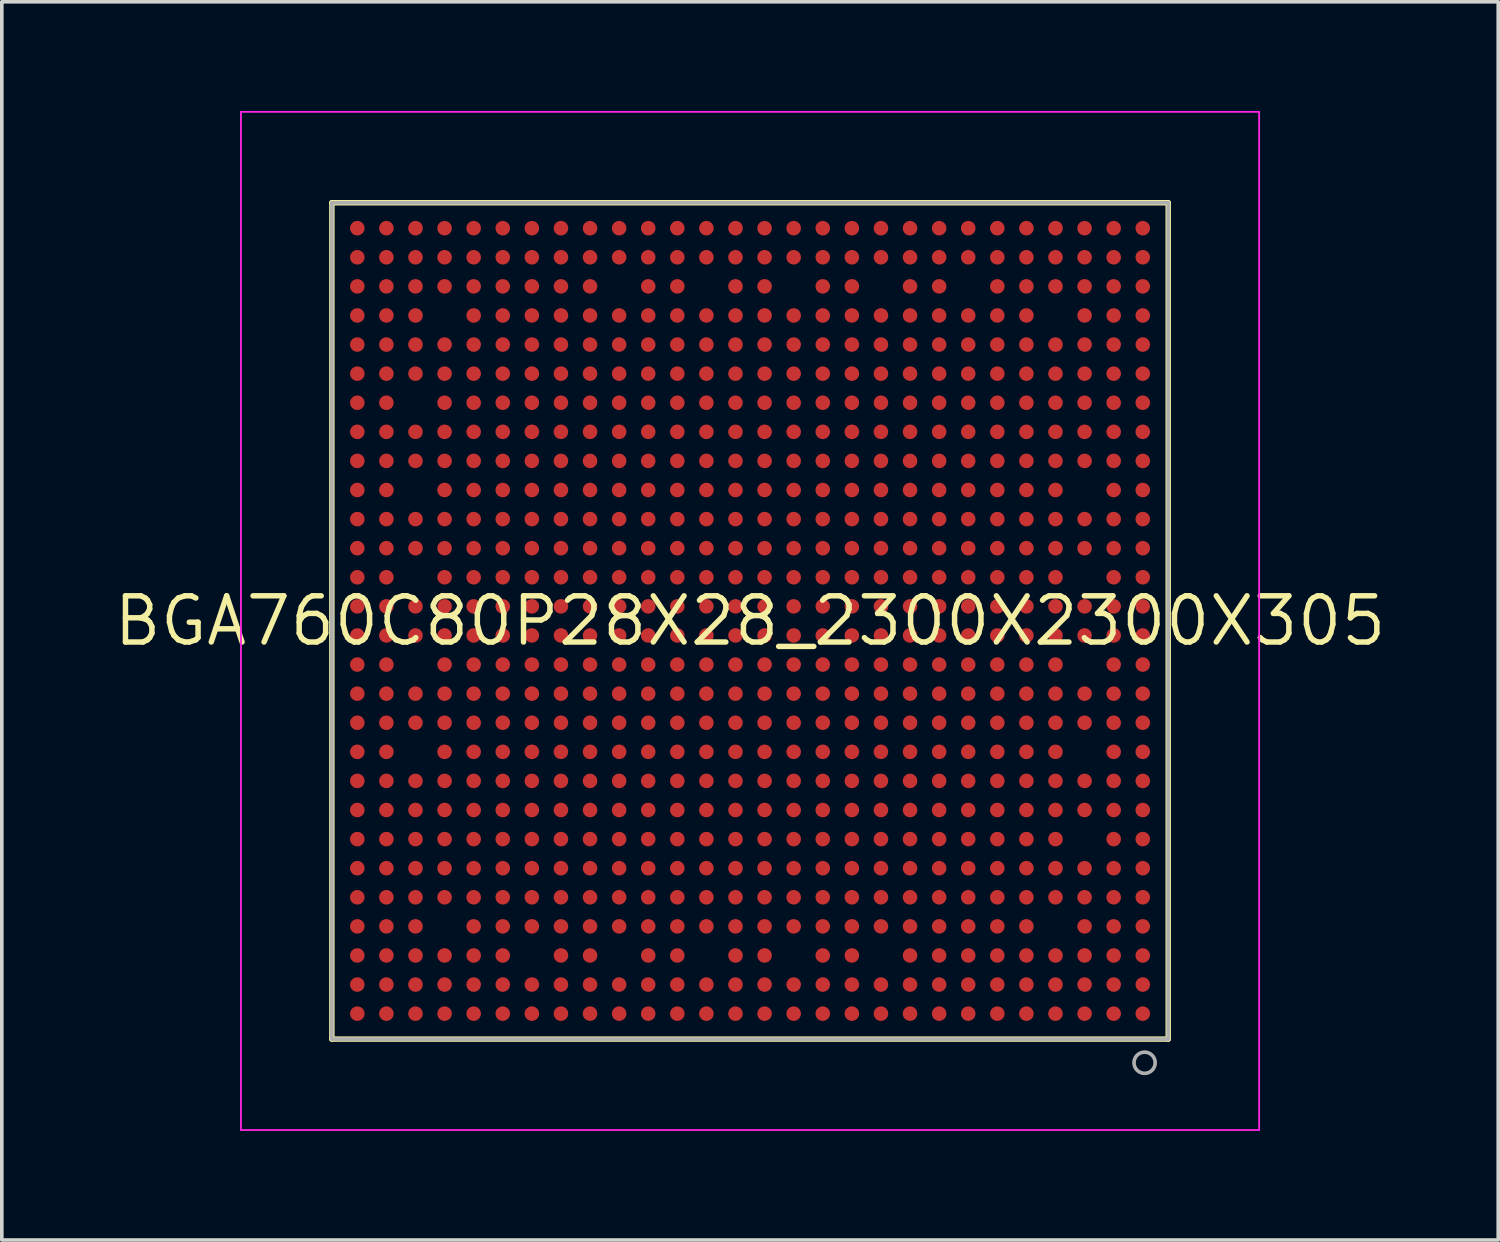
<source format=kicad_pcb>
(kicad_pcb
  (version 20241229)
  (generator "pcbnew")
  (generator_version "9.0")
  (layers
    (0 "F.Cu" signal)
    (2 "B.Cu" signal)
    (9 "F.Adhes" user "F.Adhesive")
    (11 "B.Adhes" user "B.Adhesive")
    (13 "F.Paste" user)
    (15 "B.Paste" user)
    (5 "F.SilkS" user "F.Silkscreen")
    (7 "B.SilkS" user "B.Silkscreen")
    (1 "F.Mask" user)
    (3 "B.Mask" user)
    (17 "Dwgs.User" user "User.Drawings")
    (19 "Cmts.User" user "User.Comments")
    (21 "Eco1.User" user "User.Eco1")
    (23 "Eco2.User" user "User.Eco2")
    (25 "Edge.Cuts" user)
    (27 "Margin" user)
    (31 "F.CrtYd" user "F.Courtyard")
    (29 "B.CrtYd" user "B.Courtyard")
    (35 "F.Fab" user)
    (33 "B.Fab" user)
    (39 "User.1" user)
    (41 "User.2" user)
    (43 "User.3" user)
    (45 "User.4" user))
  (footprint "BGA760C80P28X28_2300X2300X305"
    (layer "F.Cu")
    (at 17.576 14.025)
    (property "Reference" "BGA760C80P28X28_2300X2300X305" (at 0 0 0) (layer "F.SilkS") (effects (font (size 1.27 1.27) (thickness 0.15))))
    (fp_line (start -11.5 -11.5) (end -11.5 11.5) (stroke (width 0.15) (type solid)) (layer "F.SilkS"))
    (fp_line (start -11.5 11.5) (end 11.5 11.5) (stroke (width 0.15) (type solid)) (layer "F.SilkS"))
    (fp_line (start 11.5 -11.5) (end -11.5 -11.5) (stroke (width 0.15) (type solid)) (layer "F.SilkS"))
    (fp_line (start 11.5 11.5) (end 11.5 -11.5) (stroke (width 0.15) (type solid)) (layer "F.SilkS"))
    (fp_line (start -14 -14) (end -14 14) (stroke (width 0.05) (type solid)) (layer "F.CrtYd"))
    (fp_line (start -14 14) (end 14 14) (stroke (width 0.05) (type solid)) (layer "F.CrtYd"))
    (fp_line (start 14 -14) (end -14 -14) (stroke (width 0.05) (type solid)) (layer "F.CrtYd"))
    (fp_line (start 14 14) (end 14 -14) (stroke (width 0.05) (type solid)) (layer "F.CrtYd"))
    (fp_line (start -11.5 -11.5) (end -11.5 11.5) (stroke (width 0.1) (type solid)) (layer "F.Fab"))
    (fp_line (start -11.5 11.5) (end 11.5 11.5) (stroke (width 0.1) (type solid)) (layer "F.Fab"))
    (fp_line (start 11.5 -11.5) (end -11.5 -11.5) (stroke (width 0.1) (type solid)) (layer "F.Fab"))
    (fp_line (start 11.5 11.5) (end 11.5 -11.5) (stroke (width 0.1) (type solid)) (layer "F.Fab"))
    (fp_arc (start 10.849991 12.441504) (mid 10.849995 11.85852) (end 10.849991 12.441504) (stroke (width 0.1) (type solid)) (layer "F.Fab"))
    (pad "A1" smd circle (at 10.8 10.8 180) (size 0.4 0.4) (layers "F.Cu" "F.Mask" "F.Paste"))
    (pad "A2" smd circle (at 10 10.8 180) (size 0.4 0.4) (layers "F.Cu" "F.Mask" "F.Paste"))
    (pad "A3" smd circle (at 9.2 10.8 180) (size 0.4 0.4) (layers "F.Cu" "F.Mask" "F.Paste"))
    (pad "A4" smd circle (at 8.4 10.8 180) (size 0.4 0.4) (layers "F.Cu" "F.Mask" "F.Paste"))
    (pad "A5" smd circle (at 7.6 10.8 180) (size 0.4 0.4) (layers "F.Cu" "F.Mask" "F.Paste"))
    (pad "A6" smd circle (at 6.8 10.8 180) (size 0.4 0.4) (layers "F.Cu" "F.Mask" "F.Paste"))
    (pad "A7" smd circle (at 6 10.8 180) (size 0.4 0.4) (layers "F.Cu" "F.Mask" "F.Paste"))
    (pad "A8" smd circle (at 5.2 10.8 180) (size 0.4 0.4) (layers "F.Cu" "F.Mask" "F.Paste"))
    (pad "A9" smd circle (at 4.4 10.8 180) (size 0.4 0.4) (layers "F.Cu" "F.Mask" "F.Paste"))
    (pad "A10" smd circle (at 3.6 10.8 180) (size 0.4 0.4) (layers "F.Cu" "F.Mask" "F.Paste"))
    (pad "A11" smd circle (at 2.8 10.8 180) (size 0.4 0.4) (layers "F.Cu" "F.Mask" "F.Paste"))
    (pad "A12" smd circle (at 2 10.8 180) (size 0.4 0.4) (layers "F.Cu" "F.Mask" "F.Paste"))
    (pad "A13" smd circle (at 1.2 10.8 180) (size 0.4 0.4) (layers "F.Cu" "F.Mask" "F.Paste"))
    (pad "A14" smd circle (at 0.4 10.8 180) (size 0.4 0.4) (layers "F.Cu" "F.Mask" "F.Paste"))
    (pad "A15" smd circle (at -0.4 10.8 180) (size 0.4 0.4) (layers "F.Cu" "F.Mask" "F.Paste"))
    (pad "A16" smd circle (at -1.2 10.8 180) (size 0.4 0.4) (layers "F.Cu" "F.Mask" "F.Paste"))
    (pad "A17" smd circle (at -2 10.8 180) (size 0.4 0.4) (layers "F.Cu" "F.Mask" "F.Paste"))
    (pad "A18" smd circle (at -2.8 10.8 180) (size 0.4 0.4) (layers "F.Cu" "F.Mask" "F.Paste"))
    (pad "A19" smd circle (at -3.6 10.8 180) (size 0.4 0.4) (layers "F.Cu" "F.Mask" "F.Paste"))
    (pad "A20" smd circle (at -4.4 10.8 180) (size 0.4 0.4) (layers "F.Cu" "F.Mask" "F.Paste"))
    (pad "A21" smd circle (at -5.2 10.8 180) (size 0.4 0.4) (layers "F.Cu" "F.Mask" "F.Paste"))
    (pad "A22" smd circle (at -6 10.8 180) (size 0.4 0.4) (layers "F.Cu" "F.Mask" "F.Paste"))
    (pad "A23" smd circle (at -6.8 10.8 180) (size 0.4 0.4) (layers "F.Cu" "F.Mask" "F.Paste"))
    (pad "A24" smd circle (at -7.6 10.8 180) (size 0.4 0.4) (layers "F.Cu" "F.Mask" "F.Paste"))
    (pad "A25" smd circle (at -8.4 10.8 180) (size 0.4 0.4) (layers "F.Cu" "F.Mask" "F.Paste"))
    (pad "A26" smd circle (at -9.2 10.8 180) (size 0.4 0.4) (layers "F.Cu" "F.Mask" "F.Paste"))
    (pad "A27" smd circle (at -10 10.8 180) (size 0.4 0.4) (layers "F.Cu" "F.Mask" "F.Paste"))
    (pad "A28" smd circle (at -10.8 10.8 180) (size 0.4 0.4) (layers "F.Cu" "F.Mask" "F.Paste"))
    (pad "AA1" smd circle (at 10.8 -5.2 180) (size 0.4 0.4) (layers "F.Cu" "F.Mask" "F.Paste"))
    (pad "AA2" smd circle (at 10 -5.2 180) (size 0.4 0.4) (layers "F.Cu" "F.Mask" "F.Paste"))
    (pad "AA3" smd circle (at 9.2 -5.2 180) (size 0.4 0.4) (layers "F.Cu" "F.Mask" "F.Paste"))
    (pad "AA4" smd circle (at 8.4 -5.2 180) (size 0.4 0.4) (layers "F.Cu" "F.Mask" "F.Paste"))
    (pad "AA5" smd circle (at 7.6 -5.2 180) (size 0.4 0.4) (layers "F.Cu" "F.Mask" "F.Paste"))
    (pad "AA6" smd circle (at 6.8 -5.2 180) (size 0.4 0.4) (layers "F.Cu" "F.Mask" "F.Paste"))
    (pad "AA7" smd circle (at 6 -5.2 180) (size 0.4 0.4) (layers "F.Cu" "F.Mask" "F.Paste"))
    (pad "AA8" smd circle (at 5.2 -5.2 180) (size 0.4 0.4) (layers "F.Cu" "F.Mask" "F.Paste"))
    (pad "AA9" smd circle (at 4.4 -5.2 180) (size 0.4 0.4) (layers "F.Cu" "F.Mask" "F.Paste"))
    (pad "AA10" smd circle (at 3.6 -5.2 180) (size 0.4 0.4) (layers "F.Cu" "F.Mask" "F.Paste"))
    (pad "AA11" smd circle (at 2.8 -5.2 180) (size 0.4 0.4) (layers "F.Cu" "F.Mask" "F.Paste"))
    (pad "AA12" smd circle (at 2 -5.2 180) (size 0.4 0.4) (layers "F.Cu" "F.Mask" "F.Paste"))
    (pad "AA13" smd circle (at 1.2 -5.2 180) (size 0.4 0.4) (layers "F.Cu" "F.Mask" "F.Paste"))
    (pad "AA14" smd circle (at 0.4 -5.2 180) (size 0.4 0.4) (layers "F.Cu" "F.Mask" "F.Paste"))
    (pad "AA15" smd circle (at -0.4 -5.2 180) (size 0.4 0.4) (layers "F.Cu" "F.Mask" "F.Paste"))
    (pad "AA16" smd circle (at -1.2 -5.2 180) (size 0.4 0.4) (layers "F.Cu" "F.Mask" "F.Paste"))
    (pad "AA17" smd circle (at -2 -5.2 180) (size 0.4 0.4) (layers "F.Cu" "F.Mask" "F.Paste"))
    (pad "AA18" smd circle (at -2.8 -5.2 180) (size 0.4 0.4) (layers "F.Cu" "F.Mask" "F.Paste"))
    (pad "AA19" smd circle (at -3.6 -5.2 180) (size 0.4 0.4) (layers "F.Cu" "F.Mask" "F.Paste"))
    (pad "AA20" smd circle (at -4.4 -5.2 180) (size 0.4 0.4) (layers "F.Cu" "F.Mask" "F.Paste"))
    (pad "AA21" smd circle (at -5.2 -5.2 180) (size 0.4 0.4) (layers "F.Cu" "F.Mask" "F.Paste"))
    (pad "AA22" smd circle (at -6 -5.2 180) (size 0.4 0.4) (layers "F.Cu" "F.Mask" "F.Paste"))
    (pad "AA23" smd circle (at -6.8 -5.2 180) (size 0.4 0.4) (layers "F.Cu" "F.Mask" "F.Paste"))
    (pad "AA24" smd circle (at -7.6 -5.2 180) (size 0.4 0.4) (layers "F.Cu" "F.Mask" "F.Paste"))
    (pad "AA25" smd circle (at -8.4 -5.2 180) (size 0.4 0.4) (layers "F.Cu" "F.Mask" "F.Paste"))
    (pad "AA26" smd circle (at -9.2 -5.2 180) (size 0.4 0.4) (layers "F.Cu" "F.Mask" "F.Paste"))
    (pad "AA27" smd circle (at -10 -5.2 180) (size 0.4 0.4) (layers "F.Cu" "F.Mask" "F.Paste"))
    (pad "AA28" smd circle (at -10.8 -5.2 180) (size 0.4 0.4) (layers "F.Cu" "F.Mask" "F.Paste"))
    (pad "AB1" smd circle (at 10.8 -6 180) (size 0.4 0.4) (layers "F.Cu" "F.Mask" "F.Paste"))
    (pad "AB2" smd circle (at 10 -6 180) (size 0.4 0.4) (layers "F.Cu" "F.Mask" "F.Paste"))
    (pad "AB3" smd circle (at 9.2 -6 180) (size 0.4 0.4) (layers "F.Cu" "F.Mask" "F.Paste"))
    (pad "AB4" smd circle (at 8.4 -6 180) (size 0.4 0.4) (layers "F.Cu" "F.Mask" "F.Paste"))
    (pad "AB5" smd circle (at 7.6 -6 180) (size 0.4 0.4) (layers "F.Cu" "F.Mask" "F.Paste"))
    (pad "AB6" smd circle (at 6.8 -6 180) (size 0.4 0.4) (layers "F.Cu" "F.Mask" "F.Paste"))
    (pad "AB7" smd circle (at 6 -6 180) (size 0.4 0.4) (layers "F.Cu" "F.Mask" "F.Paste"))
    (pad "AB8" smd circle (at 5.2 -6 180) (size 0.4 0.4) (layers "F.Cu" "F.Mask" "F.Paste"))
    (pad "AB9" smd circle (at 4.4 -6 180) (size 0.4 0.4) (layers "F.Cu" "F.Mask" "F.Paste"))
    (pad "AB10" smd circle (at 3.6 -6 180) (size 0.4 0.4) (layers "F.Cu" "F.Mask" "F.Paste"))
    (pad "AB11" smd circle (at 2.8 -6 180) (size 0.4 0.4) (layers "F.Cu" "F.Mask" "F.Paste"))
    (pad "AB12" smd circle (at 2 -6 180) (size 0.4 0.4) (layers "F.Cu" "F.Mask" "F.Paste"))
    (pad "AB13" smd circle (at 1.2 -6 180) (size 0.4 0.4) (layers "F.Cu" "F.Mask" "F.Paste"))
    (pad "AB14" smd circle (at 0.4 -6 180) (size 0.4 0.4) (layers "F.Cu" "F.Mask" "F.Paste"))
    (pad "AB15" smd circle (at -0.4 -6 180) (size 0.4 0.4) (layers "F.Cu" "F.Mask" "F.Paste"))
    (pad "AB16" smd circle (at -1.2 -6 180) (size 0.4 0.4) (layers "F.Cu" "F.Mask" "F.Paste"))
    (pad "AB17" smd circle (at -2 -6 180) (size 0.4 0.4) (layers "F.Cu" "F.Mask" "F.Paste"))
    (pad "AB18" smd circle (at -2.8 -6 180) (size 0.4 0.4) (layers "F.Cu" "F.Mask" "F.Paste"))
    (pad "AB19" smd circle (at -3.6 -6 180) (size 0.4 0.4) (layers "F.Cu" "F.Mask" "F.Paste"))
    (pad "AB20" smd circle (at -4.4 -6 180) (size 0.4 0.4) (layers "F.Cu" "F.Mask" "F.Paste"))
    (pad "AB21" smd circle (at -5.2 -6 180) (size 0.4 0.4) (layers "F.Cu" "F.Mask" "F.Paste"))
    (pad "AB22" smd circle (at -6 -6 180) (size 0.4 0.4) (layers "F.Cu" "F.Mask" "F.Paste"))
    (pad "AB23" smd circle (at -6.8 -6 180) (size 0.4 0.4) (layers "F.Cu" "F.Mask" "F.Paste"))
    (pad "AB24" smd circle (at -7.6 -6 180) (size 0.4 0.4) (layers "F.Cu" "F.Mask" "F.Paste"))
    (pad "AB25" smd circle (at -8.4 -6 180) (size 0.4 0.4) (layers "F.Cu" "F.Mask" "F.Paste"))
    (pad "AB27" smd circle (at -10 -6 180) (size 0.4 0.4) (layers "F.Cu" "F.Mask" "F.Paste"))
    (pad "AB28" smd circle (at -10.8 -6 180) (size 0.4 0.4) (layers "F.Cu" "F.Mask" "F.Paste"))
    (pad "AC1" smd circle (at 10.8 -6.8 180) (size 0.4 0.4) (layers "F.Cu" "F.Mask" "F.Paste"))
    (pad "AC2" smd circle (at 10 -6.8 180) (size 0.4 0.4) (layers "F.Cu" "F.Mask" "F.Paste"))
    (pad "AC3" smd circle (at 9.2 -6.8 180) (size 0.4 0.4) (layers "F.Cu" "F.Mask" "F.Paste"))
    (pad "AC4" smd circle (at 8.4 -6.8 180) (size 0.4 0.4) (layers "F.Cu" "F.Mask" "F.Paste"))
    (pad "AC5" smd circle (at 7.6 -6.8 180) (size 0.4 0.4) (layers "F.Cu" "F.Mask" "F.Paste"))
    (pad "AC6" smd circle (at 6.8 -6.8 180) (size 0.4 0.4) (layers "F.Cu" "F.Mask" "F.Paste"))
    (pad "AC7" smd circle (at 6 -6.8 180) (size 0.4 0.4) (layers "F.Cu" "F.Mask" "F.Paste"))
    (pad "AC8" smd circle (at 5.2 -6.8 180) (size 0.4 0.4) (layers "F.Cu" "F.Mask" "F.Paste"))
    (pad "AC9" smd circle (at 4.4 -6.8 180) (size 0.4 0.4) (layers "F.Cu" "F.Mask" "F.Paste"))
    (pad "AC10" smd circle (at 3.6 -6.8 180) (size 0.4 0.4) (layers "F.Cu" "F.Mask" "F.Paste"))
    (pad "AC11" smd circle (at 2.8 -6.8 180) (size 0.4 0.4) (layers "F.Cu" "F.Mask" "F.Paste"))
    (pad "AC12" smd circle (at 2 -6.8 180) (size 0.4 0.4) (layers "F.Cu" "F.Mask" "F.Paste"))
    (pad "AC13" smd circle (at 1.2 -6.8 180) (size 0.4 0.4) (layers "F.Cu" "F.Mask" "F.Paste"))
    (pad "AC14" smd circle (at 0.4 -6.8 180) (size 0.4 0.4) (layers "F.Cu" "F.Mask" "F.Paste"))
    (pad "AC15" smd circle (at -0.4 -6.8 180) (size 0.4 0.4) (layers "F.Cu" "F.Mask" "F.Paste"))
    (pad "AC16" smd circle (at -1.2 -6.8 180) (size 0.4 0.4) (layers "F.Cu" "F.Mask" "F.Paste"))
    (pad "AC17" smd circle (at -2 -6.8 180) (size 0.4 0.4) (layers "F.Cu" "F.Mask" "F.Paste"))
    (pad "AC18" smd circle (at -2.8 -6.8 180) (size 0.4 0.4) (layers "F.Cu" "F.Mask" "F.Paste"))
    (pad "AC19" smd circle (at -3.6 -6.8 180) (size 0.4 0.4) (layers "F.Cu" "F.Mask" "F.Paste"))
    (pad "AC20" smd circle (at -4.4 -6.8 180) (size 0.4 0.4) (layers "F.Cu" "F.Mask" "F.Paste"))
    (pad "AC21" smd circle (at -5.2 -6.8 180) (size 0.4 0.4) (layers "F.Cu" "F.Mask" "F.Paste"))
    (pad "AC22" smd circle (at -6 -6.8 180) (size 0.4 0.4) (layers "F.Cu" "F.Mask" "F.Paste"))
    (pad "AC23" smd circle (at -6.8 -6.8 180) (size 0.4 0.4) (layers "F.Cu" "F.Mask" "F.Paste"))
    (pad "AC24" smd circle (at -7.6 -6.8 180) (size 0.4 0.4) (layers "F.Cu" "F.Mask" "F.Paste"))
    (pad "AC25" smd circle (at -8.4 -6.8 180) (size 0.4 0.4) (layers "F.Cu" "F.Mask" "F.Paste"))
    (pad "AC26" smd circle (at -9.2 -6.8 180) (size 0.4 0.4) (layers "F.Cu" "F.Mask" "F.Paste"))
    (pad "AC27" smd circle (at -10 -6.8 180) (size 0.4 0.4) (layers "F.Cu" "F.Mask" "F.Paste"))
    (pad "AC28" smd circle (at -10.8 -6.8 180) (size 0.4 0.4) (layers "F.Cu" "F.Mask" "F.Paste"))
    (pad "AD1" smd circle (at 10.8 -7.6 180) (size 0.4 0.4) (layers "F.Cu" "F.Mask" "F.Paste"))
    (pad "AD2" smd circle (at 10 -7.6 180) (size 0.4 0.4) (layers "F.Cu" "F.Mask" "F.Paste"))
    (pad "AD3" smd circle (at 9.2 -7.6 180) (size 0.4 0.4) (layers "F.Cu" "F.Mask" "F.Paste"))
    (pad "AD4" smd circle (at 8.4 -7.6 180) (size 0.4 0.4) (layers "F.Cu" "F.Mask" "F.Paste"))
    (pad "AD5" smd circle (at 7.6 -7.6 180) (size 0.4 0.4) (layers "F.Cu" "F.Mask" "F.Paste"))
    (pad "AD6" smd circle (at 6.8 -7.6 180) (size 0.4 0.4) (layers "F.Cu" "F.Mask" "F.Paste"))
    (pad "AD7" smd circle (at 6 -7.6 180) (size 0.4 0.4) (layers "F.Cu" "F.Mask" "F.Paste"))
    (pad "AD8" smd circle (at 5.2 -7.6 180) (size 0.4 0.4) (layers "F.Cu" "F.Mask" "F.Paste"))
    (pad "AD9" smd circle (at 4.4 -7.6 180) (size 0.4 0.4) (layers "F.Cu" "F.Mask" "F.Paste"))
    (pad "AD10" smd circle (at 3.6 -7.6 180) (size 0.4 0.4) (layers "F.Cu" "F.Mask" "F.Paste"))
    (pad "AD11" smd circle (at 2.8 -7.6 180) (size 0.4 0.4) (layers "F.Cu" "F.Mask" "F.Paste"))
    (pad "AD12" smd circle (at 2 -7.6 180) (size 0.4 0.4) (layers "F.Cu" "F.Mask" "F.Paste"))
    (pad "AD13" smd circle (at 1.2 -7.6 180) (size 0.4 0.4) (layers "F.Cu" "F.Mask" "F.Paste"))
    (pad "AD14" smd circle (at 0.4 -7.6 180) (size 0.4 0.4) (layers "F.Cu" "F.Mask" "F.Paste"))
    (pad "AD15" smd circle (at -0.4 -7.6 180) (size 0.4 0.4) (layers "F.Cu" "F.Mask" "F.Paste"))
    (pad "AD16" smd circle (at -1.2 -7.6 180) (size 0.4 0.4) (layers "F.Cu" "F.Mask" "F.Paste"))
    (pad "AD17" smd circle (at -2 -7.6 180) (size 0.4 0.4) (layers "F.Cu" "F.Mask" "F.Paste"))
    (pad "AD18" smd circle (at -2.8 -7.6 180) (size 0.4 0.4) (layers "F.Cu" "F.Mask" "F.Paste"))
    (pad "AD19" smd circle (at -3.6 -7.6 180) (size 0.4 0.4) (layers "F.Cu" "F.Mask" "F.Paste"))
    (pad "AD20" smd circle (at -4.4 -7.6 180) (size 0.4 0.4) (layers "F.Cu" "F.Mask" "F.Paste"))
    (pad "AD21" smd circle (at -5.2 -7.6 180) (size 0.4 0.4) (layers "F.Cu" "F.Mask" "F.Paste"))
    (pad "AD22" smd circle (at -6 -7.6 180) (size 0.4 0.4) (layers "F.Cu" "F.Mask" "F.Paste"))
    (pad "AD23" smd circle (at -6.8 -7.6 180) (size 0.4 0.4) (layers "F.Cu" "F.Mask" "F.Paste"))
    (pad "AD24" smd circle (at -7.6 -7.6 180) (size 0.4 0.4) (layers "F.Cu" "F.Mask" "F.Paste"))
    (pad "AD25" smd circle (at -8.4 -7.6 180) (size 0.4 0.4) (layers "F.Cu" "F.Mask" "F.Paste"))
    (pad "AD26" smd circle (at -9.2 -7.6 180) (size 0.4 0.4) (layers "F.Cu" "F.Mask" "F.Paste"))
    (pad "AD27" smd circle (at -10 -7.6 180) (size 0.4 0.4) (layers "F.Cu" "F.Mask" "F.Paste"))
    (pad "AD28" smd circle (at -10.8 -7.6 180) (size 0.4 0.4) (layers "F.Cu" "F.Mask" "F.Paste"))
    (pad "AE1" smd circle (at 10.8 -8.4 180) (size 0.4 0.4) (layers "F.Cu" "F.Mask" "F.Paste"))
    (pad "AE2" smd circle (at 10 -8.4 180) (size 0.4 0.4) (layers "F.Cu" "F.Mask" "F.Paste"))
    (pad "AE3" smd circle (at 9.2 -8.4 180) (size 0.4 0.4) (layers "F.Cu" "F.Mask" "F.Paste"))
    (pad "AE5" smd circle (at 7.6 -8.4 180) (size 0.4 0.4) (layers "F.Cu" "F.Mask" "F.Paste"))
    (pad "AE6" smd circle (at 6.8 -8.4 180) (size 0.4 0.4) (layers "F.Cu" "F.Mask" "F.Paste"))
    (pad "AE7" smd circle (at 6 -8.4 180) (size 0.4 0.4) (layers "F.Cu" "F.Mask" "F.Paste"))
    (pad "AE8" smd circle (at 5.2 -8.4 180) (size 0.4 0.4) (layers "F.Cu" "F.Mask" "F.Paste"))
    (pad "AE9" smd circle (at 4.4 -8.4 180) (size 0.4 0.4) (layers "F.Cu" "F.Mask" "F.Paste"))
    (pad "AE10" smd circle (at 3.6 -8.4 180) (size 0.4 0.4) (layers "F.Cu" "F.Mask" "F.Paste"))
    (pad "AE11" smd circle (at 2.8 -8.4 180) (size 0.4 0.4) (layers "F.Cu" "F.Mask" "F.Paste"))
    (pad "AE12" smd circle (at 2 -8.4 180) (size 0.4 0.4) (layers "F.Cu" "F.Mask" "F.Paste"))
    (pad "AE13" smd circle (at 1.2 -8.4 180) (size 0.4 0.4) (layers "F.Cu" "F.Mask" "F.Paste"))
    (pad "AE14" smd circle (at 0.4 -8.4 180) (size 0.4 0.4) (layers "F.Cu" "F.Mask" "F.Paste"))
    (pad "AE15" smd circle (at -0.4 -8.4 180) (size 0.4 0.4) (layers "F.Cu" "F.Mask" "F.Paste"))
    (pad "AE16" smd circle (at -1.2 -8.4 180) (size 0.4 0.4) (layers "F.Cu" "F.Mask" "F.Paste"))
    (pad "AE17" smd circle (at -2 -8.4 180) (size 0.4 0.4) (layers "F.Cu" "F.Mask" "F.Paste"))
    (pad "AE18" smd circle (at -2.8 -8.4 180) (size 0.4 0.4) (layers "F.Cu" "F.Mask" "F.Paste"))
    (pad "AE19" smd circle (at -3.6 -8.4 180) (size 0.4 0.4) (layers "F.Cu" "F.Mask" "F.Paste"))
    (pad "AE20" smd circle (at -4.4 -8.4 180) (size 0.4 0.4) (layers "F.Cu" "F.Mask" "F.Paste"))
    (pad "AE21" smd circle (at -5.2 -8.4 180) (size 0.4 0.4) (layers "F.Cu" "F.Mask" "F.Paste"))
    (pad "AE22" smd circle (at -6 -8.4 180) (size 0.4 0.4) (layers "F.Cu" "F.Mask" "F.Paste"))
    (pad "AE23" smd circle (at -6.8 -8.4 180) (size 0.4 0.4) (layers "F.Cu" "F.Mask" "F.Paste"))
    (pad "AE24" smd circle (at -7.6 -8.4 180) (size 0.4 0.4) (layers "F.Cu" "F.Mask" "F.Paste"))
    (pad "AE26" smd circle (at -9.2 -8.4 180) (size 0.4 0.4) (layers "F.Cu" "F.Mask" "F.Paste"))
    (pad "AE27" smd circle (at -10 -8.4 180) (size 0.4 0.4) (layers "F.Cu" "F.Mask" "F.Paste"))
    (pad "AE28" smd circle (at -10.8 -8.4 180) (size 0.4 0.4) (layers "F.Cu" "F.Mask" "F.Paste"))
    (pad "AF1" smd circle (at 10.8 -9.2 180) (size 0.4 0.4) (layers "F.Cu" "F.Mask" "F.Paste"))
    (pad "AF2" smd circle (at 10 -9.2 180) (size 0.4 0.4) (layers "F.Cu" "F.Mask" "F.Paste"))
    (pad "AF3" smd circle (at 9.2 -9.2 180) (size 0.4 0.4) (layers "F.Cu" "F.Mask" "F.Paste"))
    (pad "AF4" smd circle (at 8.4 -9.2 180) (size 0.4 0.4) (layers "F.Cu" "F.Mask" "F.Paste"))
    (pad "AF5" smd circle (at 7.6 -9.2 180) (size 0.4 0.4) (layers "F.Cu" "F.Mask" "F.Paste"))
    (pad "AF6" smd circle (at 6.8 -9.2 180) (size 0.4 0.4) (layers "F.Cu" "F.Mask" "F.Paste"))
    (pad "AF8" smd circle (at 5.2 -9.2 180) (size 0.4 0.4) (layers "F.Cu" "F.Mask" "F.Paste"))
    (pad "AF9" smd circle (at 4.4 -9.2 180) (size 0.4 0.4) (layers "F.Cu" "F.Mask" "F.Paste"))
    (pad "AF11" smd circle (at 2.8 -9.2 180) (size 0.4 0.4) (layers "F.Cu" "F.Mask" "F.Paste"))
    (pad "AF12" smd circle (at 2 -9.2 180) (size 0.4 0.4) (layers "F.Cu" "F.Mask" "F.Paste"))
    (pad "AF14" smd circle (at 0.4 -9.2 180) (size 0.4 0.4) (layers "F.Cu" "F.Mask" "F.Paste"))
    (pad "AF15" smd circle (at -0.4 -9.2 180) (size 0.4 0.4) (layers "F.Cu" "F.Mask" "F.Paste"))
    (pad "AF17" smd circle (at -2 -9.2 180) (size 0.4 0.4) (layers "F.Cu" "F.Mask" "F.Paste"))
    (pad "AF18" smd circle (at -2.8 -9.2 180) (size 0.4 0.4) (layers "F.Cu" "F.Mask" "F.Paste"))
    (pad "AF20" smd circle (at -4.4 -9.2 180) (size 0.4 0.4) (layers "F.Cu" "F.Mask" "F.Paste"))
    (pad "AF21" smd circle (at -5.2 -9.2 180) (size 0.4 0.4) (layers "F.Cu" "F.Mask" "F.Paste"))
    (pad "AF22" smd circle (at -6 -9.2 180) (size 0.4 0.4) (layers "F.Cu" "F.Mask" "F.Paste"))
    (pad "AF23" smd circle (at -6.8 -9.2 180) (size 0.4 0.4) (layers "F.Cu" "F.Mask" "F.Paste"))
    (pad "AF24" smd circle (at -7.6 -9.2 180) (size 0.4 0.4) (layers "F.Cu" "F.Mask" "F.Paste"))
    (pad "AF25" smd circle (at -8.4 -9.2 180) (size 0.4 0.4) (layers "F.Cu" "F.Mask" "F.Paste"))
    (pad "AF26" smd circle (at -9.2 -9.2 180) (size 0.4 0.4) (layers "F.Cu" "F.Mask" "F.Paste"))
    (pad "AF27" smd circle (at -10 -9.2 180) (size 0.4 0.4) (layers "F.Cu" "F.Mask" "F.Paste"))
    (pad "AF28" smd circle (at -10.8 -9.2 180) (size 0.4 0.4) (layers "F.Cu" "F.Mask" "F.Paste"))
    (pad "AG1" smd circle (at 10.8 -10 180) (size 0.4 0.4) (layers "F.Cu" "F.Mask" "F.Paste"))
    (pad "AG2" smd circle (at 10 -10 180) (size 0.4 0.4) (layers "F.Cu" "F.Mask" "F.Paste"))
    (pad "AG3" smd circle (at 9.2 -10 180) (size 0.4 0.4) (layers "F.Cu" "F.Mask" "F.Paste"))
    (pad "AG4" smd circle (at 8.4 -10 180) (size 0.4 0.4) (layers "F.Cu" "F.Mask" "F.Paste"))
    (pad "AG5" smd circle (at 7.6 -10 180) (size 0.4 0.4) (layers "F.Cu" "F.Mask" "F.Paste"))
    (pad "AG6" smd circle (at 6.8 -10 180) (size 0.4 0.4) (layers "F.Cu" "F.Mask" "F.Paste"))
    (pad "AG7" smd circle (at 6 -10 180) (size 0.4 0.4) (layers "F.Cu" "F.Mask" "F.Paste"))
    (pad "AG8" smd circle (at 5.2 -10 180) (size 0.4 0.4) (layers "F.Cu" "F.Mask" "F.Paste"))
    (pad "AG9" smd circle (at 4.4 -10 180) (size 0.4 0.4) (layers "F.Cu" "F.Mask" "F.Paste"))
    (pad "AG10" smd circle (at 3.6 -10 180) (size 0.4 0.4) (layers "F.Cu" "F.Mask" "F.Paste"))
    (pad "AG11" smd circle (at 2.8 -10 180) (size 0.4 0.4) (layers "F.Cu" "F.Mask" "F.Paste"))
    (pad "AG12" smd circle (at 2 -10 180) (size 0.4 0.4) (layers "F.Cu" "F.Mask" "F.Paste"))
    (pad "AG13" smd circle (at 1.2 -10 180) (size 0.4 0.4) (layers "F.Cu" "F.Mask" "F.Paste"))
    (pad "AG14" smd circle (at 0.4 -10 180) (size 0.4 0.4) (layers "F.Cu" "F.Mask" "F.Paste"))
    (pad "AG15" smd circle (at -0.4 -10 180) (size 0.4 0.4) (layers "F.Cu" "F.Mask" "F.Paste"))
    (pad "AG16" smd circle (at -1.2 -10 180) (size 0.4 0.4) (layers "F.Cu" "F.Mask" "F.Paste"))
    (pad "AG17" smd circle (at -2 -10 180) (size 0.4 0.4) (layers "F.Cu" "F.Mask" "F.Paste"))
    (pad "AG18" smd circle (at -2.8 -10 180) (size 0.4 0.4) (layers "F.Cu" "F.Mask" "F.Paste"))
    (pad "AG19" smd circle (at -3.6 -10 180) (size 0.4 0.4) (layers "F.Cu" "F.Mask" "F.Paste"))
    (pad "AG20" smd circle (at -4.4 -10 180) (size 0.4 0.4) (layers "F.Cu" "F.Mask" "F.Paste"))
    (pad "AG21" smd circle (at -5.2 -10 180) (size 0.4 0.4) (layers "F.Cu" "F.Mask" "F.Paste"))
    (pad "AG22" smd circle (at -6 -10 180) (size 0.4 0.4) (layers "F.Cu" "F.Mask" "F.Paste"))
    (pad "AG23" smd circle (at -6.8 -10 180) (size 0.4 0.4) (layers "F.Cu" "F.Mask" "F.Paste"))
    (pad "AG24" smd circle (at -7.6 -10 180) (size 0.4 0.4) (layers "F.Cu" "F.Mask" "F.Paste"))
    (pad "AG25" smd circle (at -8.4 -10 180) (size 0.4 0.4) (layers "F.Cu" "F.Mask" "F.Paste"))
    (pad "AG26" smd circle (at -9.2 -10 180) (size 0.4 0.4) (layers "F.Cu" "F.Mask" "F.Paste"))
    (pad "AG27" smd circle (at -10 -10 180) (size 0.4 0.4) (layers "F.Cu" "F.Mask" "F.Paste"))
    (pad "AG28" smd circle (at -10.8 -10 180) (size 0.4 0.4) (layers "F.Cu" "F.Mask" "F.Paste"))
    (pad "AH1" smd circle (at 10.8 -10.8 180) (size 0.4 0.4) (layers "F.Cu" "F.Mask" "F.Paste"))
    (pad "AH2" smd circle (at 10 -10.8 180) (size 0.4 0.4) (layers "F.Cu" "F.Mask" "F.Paste"))
    (pad "AH3" smd circle (at 9.2 -10.8 180) (size 0.4 0.4) (layers "F.Cu" "F.Mask" "F.Paste"))
    (pad "AH4" smd circle (at 8.4 -10.8 180) (size 0.4 0.4) (layers "F.Cu" "F.Mask" "F.Paste"))
    (pad "AH5" smd circle (at 7.6 -10.8 180) (size 0.4 0.4) (layers "F.Cu" "F.Mask" "F.Paste"))
    (pad "AH6" smd circle (at 6.8 -10.8 180) (size 0.4 0.4) (layers "F.Cu" "F.Mask" "F.Paste"))
    (pad "AH7" smd circle (at 6 -10.8 180) (size 0.4 0.4) (layers "F.Cu" "F.Mask" "F.Paste"))
    (pad "AH8" smd circle (at 5.2 -10.8 180) (size 0.4 0.4) (layers "F.Cu" "F.Mask" "F.Paste"))
    (pad "AH9" smd circle (at 4.4 -10.8 180) (size 0.4 0.4) (layers "F.Cu" "F.Mask" "F.Paste"))
    (pad "AH10" smd circle (at 3.6 -10.8 180) (size 0.4 0.4) (layers "F.Cu" "F.Mask" "F.Paste"))
    (pad "AH11" smd circle (at 2.8 -10.8 180) (size 0.4 0.4) (layers "F.Cu" "F.Mask" "F.Paste"))
    (pad "AH12" smd circle (at 2 -10.8 180) (size 0.4 0.4) (layers "F.Cu" "F.Mask" "F.Paste"))
    (pad "AH13" smd circle (at 1.2 -10.8 180) (size 0.4 0.4) (layers "F.Cu" "F.Mask" "F.Paste"))
    (pad "AH14" smd circle (at 0.4 -10.8 180) (size 0.4 0.4) (layers "F.Cu" "F.Mask" "F.Paste"))
    (pad "AH15" smd circle (at -0.4 -10.8 180) (size 0.4 0.4) (layers "F.Cu" "F.Mask" "F.Paste"))
    (pad "AH16" smd circle (at -1.2 -10.8 180) (size 0.4 0.4) (layers "F.Cu" "F.Mask" "F.Paste"))
    (pad "AH17" smd circle (at -2 -10.8 180) (size 0.4 0.4) (layers "F.Cu" "F.Mask" "F.Paste"))
    (pad "AH18" smd circle (at -2.8 -10.8 180) (size 0.4 0.4) (layers "F.Cu" "F.Mask" "F.Paste"))
    (pad "AH19" smd circle (at -3.6 -10.8 180) (size 0.4 0.4) (layers "F.Cu" "F.Mask" "F.Paste"))
    (pad "AH20" smd circle (at -4.4 -10.8 180) (size 0.4 0.4) (layers "F.Cu" "F.Mask" "F.Paste"))
    (pad "AH21" smd circle (at -5.2 -10.8 180) (size 0.4 0.4) (layers "F.Cu" "F.Mask" "F.Paste"))
    (pad "AH22" smd circle (at -6 -10.8 180) (size 0.4 0.4) (layers "F.Cu" "F.Mask" "F.Paste"))
    (pad "AH23" smd circle (at -6.8 -10.8 180) (size 0.4 0.4) (layers "F.Cu" "F.Mask" "F.Paste"))
    (pad "AH24" smd circle (at -7.6 -10.8 180) (size 0.4 0.4) (layers "F.Cu" "F.Mask" "F.Paste"))
    (pad "AH25" smd circle (at -8.4 -10.8 180) (size 0.4 0.4) (layers "F.Cu" "F.Mask" "F.Paste"))
    (pad "AH26" smd circle (at -9.2 -10.8 180) (size 0.4 0.4) (layers "F.Cu" "F.Mask" "F.Paste"))
    (pad "AH27" smd circle (at -10 -10.8 180) (size 0.4 0.4) (layers "F.Cu" "F.Mask" "F.Paste"))
    (pad "AH28" smd circle (at -10.8 -10.8 180) (size 0.4 0.4) (layers "F.Cu" "F.Mask" "F.Paste"))
    (pad "B1" smd circle (at 10.8 10 180) (size 0.4 0.4) (layers "F.Cu" "F.Mask" "F.Paste"))
    (pad "B2" smd circle (at 10 10 180) (size 0.4 0.4) (layers "F.Cu" "F.Mask" "F.Paste"))
    (pad "B3" smd circle (at 9.2 10 180) (size 0.4 0.4) (layers "F.Cu" "F.Mask" "F.Paste"))
    (pad "B4" smd circle (at 8.4 10 180) (size 0.4 0.4) (layers "F.Cu" "F.Mask" "F.Paste"))
    (pad "B5" smd circle (at 7.6 10 180) (size 0.4 0.4) (layers "F.Cu" "F.Mask" "F.Paste"))
    (pad "B6" smd circle (at 6.8 10 180) (size 0.4 0.4) (layers "F.Cu" "F.Mask" "F.Paste"))
    (pad "B7" smd circle (at 6 10 180) (size 0.4 0.4) (layers "F.Cu" "F.Mask" "F.Paste"))
    (pad "B8" smd circle (at 5.2 10 180) (size 0.4 0.4) (layers "F.Cu" "F.Mask" "F.Paste"))
    (pad "B9" smd circle (at 4.4 10 180) (size 0.4 0.4) (layers "F.Cu" "F.Mask" "F.Paste"))
    (pad "B10" smd circle (at 3.6 10 180) (size 0.4 0.4) (layers "F.Cu" "F.Mask" "F.Paste"))
    (pad "B11" smd circle (at 2.8 10 180) (size 0.4 0.4) (layers "F.Cu" "F.Mask" "F.Paste"))
    (pad "B12" smd circle (at 2 10 180) (size 0.4 0.4) (layers "F.Cu" "F.Mask" "F.Paste"))
    (pad "B13" smd circle (at 1.2 10 180) (size 0.4 0.4) (layers "F.Cu" "F.Mask" "F.Paste"))
    (pad "B14" smd circle (at 0.4 10 180) (size 0.4 0.4) (layers "F.Cu" "F.Mask" "F.Paste"))
    (pad "B15" smd circle (at -0.4 10 180) (size 0.4 0.4) (layers "F.Cu" "F.Mask" "F.Paste"))
    (pad "B16" smd circle (at -1.2 10 180) (size 0.4 0.4) (layers "F.Cu" "F.Mask" "F.Paste"))
    (pad "B17" smd circle (at -2 10 180) (size 0.4 0.4) (layers "F.Cu" "F.Mask" "F.Paste"))
    (pad "B18" smd circle (at -2.8 10 180) (size 0.4 0.4) (layers "F.Cu" "F.Mask" "F.Paste"))
    (pad "B19" smd circle (at -3.6 10 180) (size 0.4 0.4) (layers "F.Cu" "F.Mask" "F.Paste"))
    (pad "B20" smd circle (at -4.4 10 180) (size 0.4 0.4) (layers "F.Cu" "F.Mask" "F.Paste"))
    (pad "B21" smd circle (at -5.2 10 180) (size 0.4 0.4) (layers "F.Cu" "F.Mask" "F.Paste"))
    (pad "B22" smd circle (at -6 10 180) (size 0.4 0.4) (layers "F.Cu" "F.Mask" "F.Paste"))
    (pad "B23" smd circle (at -6.8 10 180) (size 0.4 0.4) (layers "F.Cu" "F.Mask" "F.Paste"))
    (pad "B24" smd circle (at -7.6 10 180) (size 0.4 0.4) (layers "F.Cu" "F.Mask" "F.Paste"))
    (pad "B25" smd circle (at -8.4 10 180) (size 0.4 0.4) (layers "F.Cu" "F.Mask" "F.Paste"))
    (pad "B26" smd circle (at -9.2 10 180) (size 0.4 0.4) (layers "F.Cu" "F.Mask" "F.Paste"))
    (pad "B27" smd circle (at -10 10 180) (size 0.4 0.4) (layers "F.Cu" "F.Mask" "F.Paste"))
    (pad "B28" smd circle (at -10.8 10 180) (size 0.4 0.4) (layers "F.Cu" "F.Mask" "F.Paste"))
    (pad "C1" smd circle (at 10.8 9.2 180) (size 0.4 0.4) (layers "F.Cu" "F.Mask" "F.Paste"))
    (pad "C2" smd circle (at 10 9.2 180) (size 0.4 0.4) (layers "F.Cu" "F.Mask" "F.Paste"))
    (pad "C3" smd circle (at 9.2 9.2 180) (size 0.4 0.4) (layers "F.Cu" "F.Mask" "F.Paste"))
    (pad "C4" smd circle (at 8.4 9.2 180) (size 0.4 0.4) (layers "F.Cu" "F.Mask" "F.Paste"))
    (pad "C5" smd circle (at 7.6 9.2 180) (size 0.4 0.4) (layers "F.Cu" "F.Mask" "F.Paste"))
    (pad "C6" smd circle (at 6.8 9.2 180) (size 0.4 0.4) (layers "F.Cu" "F.Mask" "F.Paste"))
    (pad "C7" smd circle (at 6 9.2 180) (size 0.4 0.4) (layers "F.Cu" "F.Mask" "F.Paste"))
    (pad "C8" smd circle (at 5.2 9.2 180) (size 0.4 0.4) (layers "F.Cu" "F.Mask" "F.Paste"))
    (pad "C9" smd circle (at 4.4 9.2 180) (size 0.4 0.4) (layers "F.Cu" "F.Mask" "F.Paste"))
    (pad "C11" smd circle (at 2.8 9.2 180) (size 0.4 0.4) (layers "F.Cu" "F.Mask" "F.Paste"))
    (pad "C12" smd circle (at 2 9.2 180) (size 0.4 0.4) (layers "F.Cu" "F.Mask" "F.Paste"))
    (pad "C14" smd circle (at 0.4 9.2 180) (size 0.4 0.4) (layers "F.Cu" "F.Mask" "F.Paste"))
    (pad "C15" smd circle (at -0.4 9.2 180) (size 0.4 0.4) (layers "F.Cu" "F.Mask" "F.Paste"))
    (pad "C17" smd circle (at -2 9.2 180) (size 0.4 0.4) (layers "F.Cu" "F.Mask" "F.Paste"))
    (pad "C18" smd circle (at -2.8 9.2 180) (size 0.4 0.4) (layers "F.Cu" "F.Mask" "F.Paste"))
    (pad "C20" smd circle (at -4.4 9.2 180) (size 0.4 0.4) (layers "F.Cu" "F.Mask" "F.Paste"))
    (pad "C21" smd circle (at -5.2 9.2 180) (size 0.4 0.4) (layers "F.Cu" "F.Mask" "F.Paste"))
    (pad "C23" smd circle (at -6.8 9.2 180) (size 0.4 0.4) (layers "F.Cu" "F.Mask" "F.Paste"))
    (pad "C24" smd circle (at -7.6 9.2 180) (size 0.4 0.4) (layers "F.Cu" "F.Mask" "F.Paste"))
    (pad "C25" smd circle (at -8.4 9.2 180) (size 0.4 0.4) (layers "F.Cu" "F.Mask" "F.Paste"))
    (pad "C26" smd circle (at -9.2 9.2 180) (size 0.4 0.4) (layers "F.Cu" "F.Mask" "F.Paste"))
    (pad "C27" smd circle (at -10 9.2 180) (size 0.4 0.4) (layers "F.Cu" "F.Mask" "F.Paste"))
    (pad "C28" smd circle (at -10.8 9.2 180) (size 0.4 0.4) (layers "F.Cu" "F.Mask" "F.Paste"))
    (pad "D1" smd circle (at 10.8 8.4 180) (size 0.4 0.4) (layers "F.Cu" "F.Mask" "F.Paste"))
    (pad "D2" smd circle (at 10 8.4 180) (size 0.4 0.4) (layers "F.Cu" "F.Mask" "F.Paste"))
    (pad "D3" smd circle (at 9.2 8.4 180) (size 0.4 0.4) (layers "F.Cu" "F.Mask" "F.Paste"))
    (pad "D5" smd circle (at 7.6 8.4 180) (size 0.4 0.4) (layers "F.Cu" "F.Mask" "F.Paste"))
    (pad "D6" smd circle (at 6.8 8.4 180) (size 0.4 0.4) (layers "F.Cu" "F.Mask" "F.Paste"))
    (pad "D7" smd circle (at 6 8.4 180) (size 0.4 0.4) (layers "F.Cu" "F.Mask" "F.Paste"))
    (pad "D8" smd circle (at 5.2 8.4 180) (size 0.4 0.4) (layers "F.Cu" "F.Mask" "F.Paste"))
    (pad "D9" smd circle (at 4.4 8.4 180) (size 0.4 0.4) (layers "F.Cu" "F.Mask" "F.Paste"))
    (pad "D10" smd circle (at 3.6 8.4 180) (size 0.4 0.4) (layers "F.Cu" "F.Mask" "F.Paste"))
    (pad "D11" smd circle (at 2.8 8.4 180) (size 0.4 0.4) (layers "F.Cu" "F.Mask" "F.Paste"))
    (pad "D12" smd circle (at 2 8.4 180) (size 0.4 0.4) (layers "F.Cu" "F.Mask" "F.Paste"))
    (pad "D13" smd circle (at 1.2 8.4 180) (size 0.4 0.4) (layers "F.Cu" "F.Mask" "F.Paste"))
    (pad "D14" smd circle (at 0.4 8.4 180) (size 0.4 0.4) (layers "F.Cu" "F.Mask" "F.Paste"))
    (pad "D15" smd circle (at -0.4 8.4 180) (size 0.4 0.4) (layers "F.Cu" "F.Mask" "F.Paste"))
    (pad "D16" smd circle (at -1.2 8.4 180) (size 0.4 0.4) (layers "F.Cu" "F.Mask" "F.Paste"))
    (pad "D17" smd circle (at -2 8.4 180) (size 0.4 0.4) (layers "F.Cu" "F.Mask" "F.Paste"))
    (pad "D18" smd circle (at -2.8 8.4 180) (size 0.4 0.4) (layers "F.Cu" "F.Mask" "F.Paste"))
    (pad "D19" smd circle (at -3.6 8.4 180) (size 0.4 0.4) (layers "F.Cu" "F.Mask" "F.Paste"))
    (pad "D20" smd circle (at -4.4 8.4 180) (size 0.4 0.4) (layers "F.Cu" "F.Mask" "F.Paste"))
    (pad "D21" smd circle (at -5.2 8.4 180) (size 0.4 0.4) (layers "F.Cu" "F.Mask" "F.Paste"))
    (pad "D22" smd circle (at -6 8.4 180) (size 0.4 0.4) (layers "F.Cu" "F.Mask" "F.Paste"))
    (pad "D23" smd circle (at -6.8 8.4 180) (size 0.4 0.4) (layers "F.Cu" "F.Mask" "F.Paste"))
    (pad "D24" smd circle (at -7.6 8.4 180) (size 0.4 0.4) (layers "F.Cu" "F.Mask" "F.Paste"))
    (pad "D26" smd circle (at -9.2 8.4 180) (size 0.4 0.4) (layers "F.Cu" "F.Mask" "F.Paste"))
    (pad "D27" smd circle (at -10 8.4 180) (size 0.4 0.4) (layers "F.Cu" "F.Mask" "F.Paste"))
    (pad "D28" smd circle (at -10.8 8.4 180) (size 0.4 0.4) (layers "F.Cu" "F.Mask" "F.Paste"))
    (pad "E1" smd circle (at 10.8 7.6 180) (size 0.4 0.4) (layers "F.Cu" "F.Mask" "F.Paste"))
    (pad "E2" smd circle (at 10 7.6 180) (size 0.4 0.4) (layers "F.Cu" "F.Mask" "F.Paste"))
    (pad "E3" smd circle (at 9.2 7.6 180) (size 0.4 0.4) (layers "F.Cu" "F.Mask" "F.Paste"))
    (pad "E4" smd circle (at 8.4 7.6 180) (size 0.4 0.4) (layers "F.Cu" "F.Mask" "F.Paste"))
    (pad "E5" smd circle (at 7.6 7.6 180) (size 0.4 0.4) (layers "F.Cu" "F.Mask" "F.Paste"))
    (pad "E6" smd circle (at 6.8 7.6 180) (size 0.4 0.4) (layers "F.Cu" "F.Mask" "F.Paste"))
    (pad "E7" smd circle (at 6 7.6 180) (size 0.4 0.4) (layers "F.Cu" "F.Mask" "F.Paste"))
    (pad "E8" smd circle (at 5.2 7.6 180) (size 0.4 0.4) (layers "F.Cu" "F.Mask" "F.Paste"))
    (pad "E9" smd circle (at 4.4 7.6 180) (size 0.4 0.4) (layers "F.Cu" "F.Mask" "F.Paste"))
    (pad "E10" smd circle (at 3.6 7.6 180) (size 0.4 0.4) (layers "F.Cu" "F.Mask" "F.Paste"))
    (pad "E11" smd circle (at 2.8 7.6 180) (size 0.4 0.4) (layers "F.Cu" "F.Mask" "F.Paste"))
    (pad "E12" smd circle (at 2 7.6 180) (size 0.4 0.4) (layers "F.Cu" "F.Mask" "F.Paste"))
    (pad "E13" smd circle (at 1.2 7.6 180) (size 0.4 0.4) (layers "F.Cu" "F.Mask" "F.Paste"))
    (pad "E14" smd circle (at 0.4 7.6 180) (size 0.4 0.4) (layers "F.Cu" "F.Mask" "F.Paste"))
    (pad "E15" smd circle (at -0.4 7.6 180) (size 0.4 0.4) (layers "F.Cu" "F.Mask" "F.Paste"))
    (pad "E16" smd circle (at -1.2 7.6 180) (size 0.4 0.4) (layers "F.Cu" "F.Mask" "F.Paste"))
    (pad "E17" smd circle (at -2 7.6 180) (size 0.4 0.4) (layers "F.Cu" "F.Mask" "F.Paste"))
    (pad "E18" smd circle (at -2.8 7.6 180) (size 0.4 0.4) (layers "F.Cu" "F.Mask" "F.Paste"))
    (pad "E19" smd circle (at -3.6 7.6 180) (size 0.4 0.4) (layers "F.Cu" "F.Mask" "F.Paste"))
    (pad "E20" smd circle (at -4.4 7.6 180) (size 0.4 0.4) (layers "F.Cu" "F.Mask" "F.Paste"))
    (pad "E21" smd circle (at -5.2 7.6 180) (size 0.4 0.4) (layers "F.Cu" "F.Mask" "F.Paste"))
    (pad "E22" smd circle (at -6 7.6 180) (size 0.4 0.4) (layers "F.Cu" "F.Mask" "F.Paste"))
    (pad "E23" smd circle (at -6.8 7.6 180) (size 0.4 0.4) (layers "F.Cu" "F.Mask" "F.Paste"))
    (pad "E24" smd circle (at -7.6 7.6 180) (size 0.4 0.4) (layers "F.Cu" "F.Mask" "F.Paste"))
    (pad "E25" smd circle (at -8.4 7.6 180) (size 0.4 0.4) (layers "F.Cu" "F.Mask" "F.Paste"))
    (pad "E26" smd circle (at -9.2 7.6 180) (size 0.4 0.4) (layers "F.Cu" "F.Mask" "F.Paste"))
    (pad "E27" smd circle (at -10 7.6 180) (size 0.4 0.4) (layers "F.Cu" "F.Mask" "F.Paste"))
    (pad "E28" smd circle (at -10.8 7.6 180) (size 0.4 0.4) (layers "F.Cu" "F.Mask" "F.Paste"))
    (pad "F1" smd circle (at 10.8 6.8 180) (size 0.4 0.4) (layers "F.Cu" "F.Mask" "F.Paste"))
    (pad "F2" smd circle (at 10 6.8 180) (size 0.4 0.4) (layers "F.Cu" "F.Mask" "F.Paste"))
    (pad "F3" smd circle (at 9.2 6.8 180) (size 0.4 0.4) (layers "F.Cu" "F.Mask" "F.Paste"))
    (pad "F4" smd circle (at 8.4 6.8 180) (size 0.4 0.4) (layers "F.Cu" "F.Mask" "F.Paste"))
    (pad "F5" smd circle (at 7.6 6.8 180) (size 0.4 0.4) (layers "F.Cu" "F.Mask" "F.Paste"))
    (pad "F6" smd circle (at 6.8 6.8 180) (size 0.4 0.4) (layers "F.Cu" "F.Mask" "F.Paste"))
    (pad "F7" smd circle (at 6 6.8 180) (size 0.4 0.4) (layers "F.Cu" "F.Mask" "F.Paste"))
    (pad "F8" smd circle (at 5.2 6.8 180) (size 0.4 0.4) (layers "F.Cu" "F.Mask" "F.Paste"))
    (pad "F9" smd circle (at 4.4 6.8 180) (size 0.4 0.4) (layers "F.Cu" "F.Mask" "F.Paste"))
    (pad "F10" smd circle (at 3.6 6.8 180) (size 0.4 0.4) (layers "F.Cu" "F.Mask" "F.Paste"))
    (pad "F11" smd circle (at 2.8 6.8 180) (size 0.4 0.4) (layers "F.Cu" "F.Mask" "F.Paste"))
    (pad "F12" smd circle (at 2 6.8 180) (size 0.4 0.4) (layers "F.Cu" "F.Mask" "F.Paste"))
    (pad "F13" smd circle (at 1.2 6.8 180) (size 0.4 0.4) (layers "F.Cu" "F.Mask" "F.Paste"))
    (pad "F14" smd circle (at 0.4 6.8 180) (size 0.4 0.4) (layers "F.Cu" "F.Mask" "F.Paste"))
    (pad "F15" smd circle (at -0.4 6.8 180) (size 0.4 0.4) (layers "F.Cu" "F.Mask" "F.Paste"))
    (pad "F16" smd circle (at -1.2 6.8 180) (size 0.4 0.4) (layers "F.Cu" "F.Mask" "F.Paste"))
    (pad "F17" smd circle (at -2 6.8 180) (size 0.4 0.4) (layers "F.Cu" "F.Mask" "F.Paste"))
    (pad "F18" smd circle (at -2.8 6.8 180) (size 0.4 0.4) (layers "F.Cu" "F.Mask" "F.Paste"))
    (pad "F19" smd circle (at -3.6 6.8 180) (size 0.4 0.4) (layers "F.Cu" "F.Mask" "F.Paste"))
    (pad "F20" smd circle (at -4.4 6.8 180) (size 0.4 0.4) (layers "F.Cu" "F.Mask" "F.Paste"))
    (pad "F21" smd circle (at -5.2 6.8 180) (size 0.4 0.4) (layers "F.Cu" "F.Mask" "F.Paste"))
    (pad "F22" smd circle (at -6 6.8 180) (size 0.4 0.4) (layers "F.Cu" "F.Mask" "F.Paste"))
    (pad "F23" smd circle (at -6.8 6.8 180) (size 0.4 0.4) (layers "F.Cu" "F.Mask" "F.Paste"))
    (pad "F24" smd circle (at -7.6 6.8 180) (size 0.4 0.4) (layers "F.Cu" "F.Mask" "F.Paste"))
    (pad "F25" smd circle (at -8.4 6.8 180) (size 0.4 0.4) (layers "F.Cu" "F.Mask" "F.Paste"))
    (pad "F26" smd circle (at -9.2 6.8 180) (size 0.4 0.4) (layers "F.Cu" "F.Mask" "F.Paste"))
    (pad "F27" smd circle (at -10 6.8 180) (size 0.4 0.4) (layers "F.Cu" "F.Mask" "F.Paste"))
    (pad "F28" smd circle (at -10.8 6.8 180) (size 0.4 0.4) (layers "F.Cu" "F.Mask" "F.Paste"))
    (pad "G1" smd circle (at 10.8 6 180) (size 0.4 0.4) (layers "F.Cu" "F.Mask" "F.Paste"))
    (pad "G2" smd circle (at 10 6 180) (size 0.4 0.4) (layers "F.Cu" "F.Mask" "F.Paste"))
    (pad "G4" smd circle (at 8.4 6 180) (size 0.4 0.4) (layers "F.Cu" "F.Mask" "F.Paste"))
    (pad "G5" smd circle (at 7.6 6 180) (size 0.4 0.4) (layers "F.Cu" "F.Mask" "F.Paste"))
    (pad "G6" smd circle (at 6.8 6 180) (size 0.4 0.4) (layers "F.Cu" "F.Mask" "F.Paste"))
    (pad "G7" smd circle (at 6 6 180) (size 0.4 0.4) (layers "F.Cu" "F.Mask" "F.Paste"))
    (pad "G8" smd circle (at 5.2 6 180) (size 0.4 0.4) (layers "F.Cu" "F.Mask" "F.Paste"))
    (pad "G9" smd circle (at 4.4 6 180) (size 0.4 0.4) (layers "F.Cu" "F.Mask" "F.Paste"))
    (pad "G10" smd circle (at 3.6 6 180) (size 0.4 0.4) (layers "F.Cu" "F.Mask" "F.Paste"))
    (pad "G11" smd circle (at 2.8 6 180) (size 0.4 0.4) (layers "F.Cu" "F.Mask" "F.Paste"))
    (pad "G12" smd circle (at 2 6 180) (size 0.4 0.4) (layers "F.Cu" "F.Mask" "F.Paste"))
    (pad "G13" smd circle (at 1.2 6 180) (size 0.4 0.4) (layers "F.Cu" "F.Mask" "F.Paste"))
    (pad "G14" smd circle (at 0.4 6 180) (size 0.4 0.4) (layers "F.Cu" "F.Mask" "F.Paste"))
    (pad "G15" smd circle (at -0.4 6 180) (size 0.4 0.4) (layers "F.Cu" "F.Mask" "F.Paste"))
    (pad "G16" smd circle (at -1.2 6 180) (size 0.4 0.4) (layers "F.Cu" "F.Mask" "F.Paste"))
    (pad "G17" smd circle (at -2 6 180) (size 0.4 0.4) (layers "F.Cu" "F.Mask" "F.Paste"))
    (pad "G18" smd circle (at -2.8 6 180) (size 0.4 0.4) (layers "F.Cu" "F.Mask" "F.Paste"))
    (pad "G19" smd circle (at -3.6 6 180) (size 0.4 0.4) (layers "F.Cu" "F.Mask" "F.Paste"))
    (pad "G20" smd circle (at -4.4 6 180) (size 0.4 0.4) (layers "F.Cu" "F.Mask" "F.Paste"))
    (pad "G21" smd circle (at -5.2 6 180) (size 0.4 0.4) (layers "F.Cu" "F.Mask" "F.Paste"))
    (pad "G22" smd circle (at -6 6 180) (size 0.4 0.4) (layers "F.Cu" "F.Mask" "F.Paste"))
    (pad "G23" smd circle (at -6.8 6 180) (size 0.4 0.4) (layers "F.Cu" "F.Mask" "F.Paste"))
    (pad "G24" smd circle (at -7.6 6 180) (size 0.4 0.4) (layers "F.Cu" "F.Mask" "F.Paste"))
    (pad "G25" smd circle (at -8.4 6 180) (size 0.4 0.4) (layers "F.Cu" "F.Mask" "F.Paste"))
    (pad "G26" smd circle (at -9.2 6 180) (size 0.4 0.4) (layers "F.Cu" "F.Mask" "F.Paste"))
    (pad "G27" smd circle (at -10 6 180) (size 0.4 0.4) (layers "F.Cu" "F.Mask" "F.Paste"))
    (pad "G28" smd circle (at -10.8 6 180) (size 0.4 0.4) (layers "F.Cu" "F.Mask" "F.Paste"))
    (pad "H1" smd circle (at 10.8 5.2 180) (size 0.4 0.4) (layers "F.Cu" "F.Mask" "F.Paste"))
    (pad "H2" smd circle (at 10 5.2 180) (size 0.4 0.4) (layers "F.Cu" "F.Mask" "F.Paste"))
    (pad "H3" smd circle (at 9.2 5.2 180) (size 0.4 0.4) (layers "F.Cu" "F.Mask" "F.Paste"))
    (pad "H4" smd circle (at 8.4 5.2 180) (size 0.4 0.4) (layers "F.Cu" "F.Mask" "F.Paste"))
    (pad "H5" smd circle (at 7.6 5.2 180) (size 0.4 0.4) (layers "F.Cu" "F.Mask" "F.Paste"))
    (pad "H6" smd circle (at 6.8 5.2 180) (size 0.4 0.4) (layers "F.Cu" "F.Mask" "F.Paste"))
    (pad "H7" smd circle (at 6 5.2 180) (size 0.4 0.4) (layers "F.Cu" "F.Mask" "F.Paste"))
    (pad "H8" smd circle (at 5.2 5.2 180) (size 0.4 0.4) (layers "F.Cu" "F.Mask" "F.Paste"))
    (pad "H9" smd circle (at 4.4 5.2 180) (size 0.4 0.4) (layers "F.Cu" "F.Mask" "F.Paste"))
    (pad "H10" smd circle (at 3.6 5.2 180) (size 0.4 0.4) (layers "F.Cu" "F.Mask" "F.Paste"))
    (pad "H11" smd circle (at 2.8 5.2 180) (size 0.4 0.4) (layers "F.Cu" "F.Mask" "F.Paste"))
    (pad "H12" smd circle (at 2 5.2 180) (size 0.4 0.4) (layers "F.Cu" "F.Mask" "F.Paste"))
    (pad "H13" smd circle (at 1.2 5.2 180) (size 0.4 0.4) (layers "F.Cu" "F.Mask" "F.Paste"))
    (pad "H14" smd circle (at 0.4 5.2 180) (size 0.4 0.4) (layers "F.Cu" "F.Mask" "F.Paste"))
    (pad "H15" smd circle (at -0.4 5.2 180) (size 0.4 0.4) (layers "F.Cu" "F.Mask" "F.Paste"))
    (pad "H16" smd circle (at -1.2 5.2 180) (size 0.4 0.4) (layers "F.Cu" "F.Mask" "F.Paste"))
    (pad "H17" smd circle (at -2 5.2 180) (size 0.4 0.4) (layers "F.Cu" "F.Mask" "F.Paste"))
    (pad "H18" smd circle (at -2.8 5.2 180) (size 0.4 0.4) (layers "F.Cu" "F.Mask" "F.Paste"))
    (pad "H19" smd circle (at -3.6 5.2 180) (size 0.4 0.4) (layers "F.Cu" "F.Mask" "F.Paste"))
    (pad "H20" smd circle (at -4.4 5.2 180) (size 0.4 0.4) (layers "F.Cu" "F.Mask" "F.Paste"))
    (pad "H21" smd circle (at -5.2 5.2 180) (size 0.4 0.4) (layers "F.Cu" "F.Mask" "F.Paste"))
    (pad "H22" smd circle (at -6 5.2 180) (size 0.4 0.4) (layers "F.Cu" "F.Mask" "F.Paste"))
    (pad "H23" smd circle (at -6.8 5.2 180) (size 0.4 0.4) (layers "F.Cu" "F.Mask" "F.Paste"))
    (pad "H24" smd circle (at -7.6 5.2 180) (size 0.4 0.4) (layers "F.Cu" "F.Mask" "F.Paste"))
    (pad "H25" smd circle (at -8.4 5.2 180) (size 0.4 0.4) (layers "F.Cu" "F.Mask" "F.Paste"))
    (pad "H26" smd circle (at -9.2 5.2 180) (size 0.4 0.4) (layers "F.Cu" "F.Mask" "F.Paste"))
    (pad "H27" smd circle (at -10 5.2 180) (size 0.4 0.4) (layers "F.Cu" "F.Mask" "F.Paste"))
    (pad "H28" smd circle (at -10.8 5.2 180) (size 0.4 0.4) (layers "F.Cu" "F.Mask" "F.Paste"))
    (pad "J1" smd circle (at 10.8 4.4 180) (size 0.4 0.4) (layers "F.Cu" "F.Mask" "F.Paste"))
    (pad "J2" smd circle (at 10 4.4 180) (size 0.4 0.4) (layers "F.Cu" "F.Mask" "F.Paste"))
    (pad "J3" smd circle (at 9.2 4.4 180) (size 0.4 0.4) (layers "F.Cu" "F.Mask" "F.Paste"))
    (pad "J4" smd circle (at 8.4 4.4 180) (size 0.4 0.4) (layers "F.Cu" "F.Mask" "F.Paste"))
    (pad "J5" smd circle (at 7.6 4.4 180) (size 0.4 0.4) (layers "F.Cu" "F.Mask" "F.Paste"))
    (pad "J6" smd circle (at 6.8 4.4 180) (size 0.4 0.4) (layers "F.Cu" "F.Mask" "F.Paste"))
    (pad "J7" smd circle (at 6 4.4 180) (size 0.4 0.4) (layers "F.Cu" "F.Mask" "F.Paste"))
    (pad "J8" smd circle (at 5.2 4.4 180) (size 0.4 0.4) (layers "F.Cu" "F.Mask" "F.Paste"))
    (pad "J9" smd circle (at 4.4 4.4 180) (size 0.4 0.4) (layers "F.Cu" "F.Mask" "F.Paste"))
    (pad "J10" smd circle (at 3.6 4.4 180) (size 0.4 0.4) (layers "F.Cu" "F.Mask" "F.Paste"))
    (pad "J11" smd circle (at 2.8 4.4 180) (size 0.4 0.4) (layers "F.Cu" "F.Mask" "F.Paste"))
    (pad "J12" smd circle (at 2 4.4 180) (size 0.4 0.4) (layers "F.Cu" "F.Mask" "F.Paste"))
    (pad "J13" smd circle (at 1.2 4.4 180) (size 0.4 0.4) (layers "F.Cu" "F.Mask" "F.Paste"))
    (pad "J14" smd circle (at 0.4 4.4 180) (size 0.4 0.4) (layers "F.Cu" "F.Mask" "F.Paste"))
    (pad "J15" smd circle (at -0.4 4.4 180) (size 0.4 0.4) (layers "F.Cu" "F.Mask" "F.Paste"))
    (pad "J16" smd circle (at -1.2 4.4 180) (size 0.4 0.4) (layers "F.Cu" "F.Mask" "F.Paste"))
    (pad "J17" smd circle (at -2 4.4 180) (size 0.4 0.4) (layers "F.Cu" "F.Mask" "F.Paste"))
    (pad "J18" smd circle (at -2.8 4.4 180) (size 0.4 0.4) (layers "F.Cu" "F.Mask" "F.Paste"))
    (pad "J19" smd circle (at -3.6 4.4 180) (size 0.4 0.4) (layers "F.Cu" "F.Mask" "F.Paste"))
    (pad "J20" smd circle (at -4.4 4.4 180) (size 0.4 0.4) (layers "F.Cu" "F.Mask" "F.Paste"))
    (pad "J21" smd circle (at -5.2 4.4 180) (size 0.4 0.4) (layers "F.Cu" "F.Mask" "F.Paste"))
    (pad "J22" smd circle (at -6 4.4 180) (size 0.4 0.4) (layers "F.Cu" "F.Mask" "F.Paste"))
    (pad "J23" smd circle (at -6.8 4.4 180) (size 0.4 0.4) (layers "F.Cu" "F.Mask" "F.Paste"))
    (pad "J24" smd circle (at -7.6 4.4 180) (size 0.4 0.4) (layers "F.Cu" "F.Mask" "F.Paste"))
    (pad "J25" smd circle (at -8.4 4.4 180) (size 0.4 0.4) (layers "F.Cu" "F.Mask" "F.Paste"))
    (pad "J26" smd circle (at -9.2 4.4 180) (size 0.4 0.4) (layers "F.Cu" "F.Mask" "F.Paste"))
    (pad "J27" smd circle (at -10 4.4 180) (size 0.4 0.4) (layers "F.Cu" "F.Mask" "F.Paste"))
    (pad "J28" smd circle (at -10.8 4.4 180) (size 0.4 0.4) (layers "F.Cu" "F.Mask" "F.Paste"))
    (pad "K1" smd circle (at 10.8 3.6 180) (size 0.4 0.4) (layers "F.Cu" "F.Mask" "F.Paste"))
    (pad "K2" smd circle (at 10 3.6 180) (size 0.4 0.4) (layers "F.Cu" "F.Mask" "F.Paste"))
    (pad "K4" smd circle (at 8.4 3.6 180) (size 0.4 0.4) (layers "F.Cu" "F.Mask" "F.Paste"))
    (pad "K5" smd circle (at 7.6 3.6 180) (size 0.4 0.4) (layers "F.Cu" "F.Mask" "F.Paste"))
    (pad "K6" smd circle (at 6.8 3.6 180) (size 0.4 0.4) (layers "F.Cu" "F.Mask" "F.Paste"))
    (pad "K7" smd circle (at 6 3.6 180) (size 0.4 0.4) (layers "F.Cu" "F.Mask" "F.Paste"))
    (pad "K8" smd circle (at 5.2 3.6 180) (size 0.4 0.4) (layers "F.Cu" "F.Mask" "F.Paste"))
    (pad "K9" smd circle (at 4.4 3.6 180) (size 0.4 0.4) (layers "F.Cu" "F.Mask" "F.Paste"))
    (pad "K10" smd circle (at 3.6 3.6 180) (size 0.4 0.4) (layers "F.Cu" "F.Mask" "F.Paste"))
    (pad "K11" smd circle (at 2.8 3.6 180) (size 0.4 0.4) (layers "F.Cu" "F.Mask" "F.Paste"))
    (pad "K12" smd circle (at 2 3.6 180) (size 0.4 0.4) (layers "F.Cu" "F.Mask" "F.Paste"))
    (pad "K13" smd circle (at 1.2 3.6 180) (size 0.4 0.4) (layers "F.Cu" "F.Mask" "F.Paste"))
    (pad "K14" smd circle (at 0.4 3.6 180) (size 0.4 0.4) (layers "F.Cu" "F.Mask" "F.Paste"))
    (pad "K15" smd circle (at -0.4 3.6 180) (size 0.4 0.4) (layers "F.Cu" "F.Mask" "F.Paste"))
    (pad "K16" smd circle (at -1.2 3.6 180) (size 0.4 0.4) (layers "F.Cu" "F.Mask" "F.Paste"))
    (pad "K17" smd circle (at -2 3.6 180) (size 0.4 0.4) (layers "F.Cu" "F.Mask" "F.Paste"))
    (pad "K18" smd circle (at -2.8 3.6 180) (size 0.4 0.4) (layers "F.Cu" "F.Mask" "F.Paste"))
    (pad "K19" smd circle (at -3.6 3.6 180) (size 0.4 0.4) (layers "F.Cu" "F.Mask" "F.Paste"))
    (pad "K20" smd circle (at -4.4 3.6 180) (size 0.4 0.4) (layers "F.Cu" "F.Mask" "F.Paste"))
    (pad "K21" smd circle (at -5.2 3.6 180) (size 0.4 0.4) (layers "F.Cu" "F.Mask" "F.Paste"))
    (pad "K22" smd circle (at -6 3.6 180) (size 0.4 0.4) (layers "F.Cu" "F.Mask" "F.Paste"))
    (pad "K23" smd circle (at -6.8 3.6 180) (size 0.4 0.4) (layers "F.Cu" "F.Mask" "F.Paste"))
    (pad "K24" smd circle (at -7.6 3.6 180) (size 0.4 0.4) (layers "F.Cu" "F.Mask" "F.Paste"))
    (pad "K25" smd circle (at -8.4 3.6 180) (size 0.4 0.4) (layers "F.Cu" "F.Mask" "F.Paste"))
    (pad "K27" smd circle (at -10 3.6 180) (size 0.4 0.4) (layers "F.Cu" "F.Mask" "F.Paste"))
    (pad "K28" smd circle (at -10.8 3.6 180) (size 0.4 0.4) (layers "F.Cu" "F.Mask" "F.Paste"))
    (pad "L1" smd circle (at 10.8 2.8 180) (size 0.4 0.4) (layers "F.Cu" "F.Mask" "F.Paste"))
    (pad "L2" smd circle (at 10 2.8 180) (size 0.4 0.4) (layers "F.Cu" "F.Mask" "F.Paste"))
    (pad "L3" smd circle (at 9.2 2.8 180) (size 0.4 0.4) (layers "F.Cu" "F.Mask" "F.Paste"))
    (pad "L4" smd circle (at 8.4 2.8 180) (size 0.4 0.4) (layers "F.Cu" "F.Mask" "F.Paste"))
    (pad "L5" smd circle (at 7.6 2.8 180) (size 0.4 0.4) (layers "F.Cu" "F.Mask" "F.Paste"))
    (pad "L6" smd circle (at 6.8 2.8 180) (size 0.4 0.4) (layers "F.Cu" "F.Mask" "F.Paste"))
    (pad "L7" smd circle (at 6 2.8 180) (size 0.4 0.4) (layers "F.Cu" "F.Mask" "F.Paste"))
    (pad "L8" smd circle (at 5.2 2.8 180) (size 0.4 0.4) (layers "F.Cu" "F.Mask" "F.Paste"))
    (pad "L9" smd circle (at 4.4 2.8 180) (size 0.4 0.4) (layers "F.Cu" "F.Mask" "F.Paste"))
    (pad "L10" smd circle (at 3.6 2.8 180) (size 0.4 0.4) (layers "F.Cu" "F.Mask" "F.Paste"))
    (pad "L11" smd circle (at 2.8 2.8 180) (size 0.4 0.4) (layers "F.Cu" "F.Mask" "F.Paste"))
    (pad "L12" smd circle (at 2 2.8 180) (size 0.4 0.4) (layers "F.Cu" "F.Mask" "F.Paste"))
    (pad "L13" smd circle (at 1.2 2.8 180) (size 0.4 0.4) (layers "F.Cu" "F.Mask" "F.Paste"))
    (pad "L14" smd circle (at 0.4 2.8 180) (size 0.4 0.4) (layers "F.Cu" "F.Mask" "F.Paste"))
    (pad "L15" smd circle (at -0.4 2.8 180) (size 0.4 0.4) (layers "F.Cu" "F.Mask" "F.Paste"))
    (pad "L16" smd circle (at -1.2 2.8 180) (size 0.4 0.4) (layers "F.Cu" "F.Mask" "F.Paste"))
    (pad "L17" smd circle (at -2 2.8 180) (size 0.4 0.4) (layers "F.Cu" "F.Mask" "F.Paste"))
    (pad "L18" smd circle (at -2.8 2.8 180) (size 0.4 0.4) (layers "F.Cu" "F.Mask" "F.Paste"))
    (pad "L19" smd circle (at -3.6 2.8 180) (size 0.4 0.4) (layers "F.Cu" "F.Mask" "F.Paste"))
    (pad "L20" smd circle (at -4.4 2.8 180) (size 0.4 0.4) (layers "F.Cu" "F.Mask" "F.Paste"))
    (pad "L21" smd circle (at -5.2 2.8 180) (size 0.4 0.4) (layers "F.Cu" "F.Mask" "F.Paste"))
    (pad "L22" smd circle (at -6 2.8 180) (size 0.4 0.4) (layers "F.Cu" "F.Mask" "F.Paste"))
    (pad "L23" smd circle (at -6.8 2.8 180) (size 0.4 0.4) (layers "F.Cu" "F.Mask" "F.Paste"))
    (pad "L24" smd circle (at -7.6 2.8 180) (size 0.4 0.4) (layers "F.Cu" "F.Mask" "F.Paste"))
    (pad "L25" smd circle (at -8.4 2.8 180) (size 0.4 0.4) (layers "F.Cu" "F.Mask" "F.Paste"))
    (pad "L26" smd circle (at -9.2 2.8 180) (size 0.4 0.4) (layers "F.Cu" "F.Mask" "F.Paste"))
    (pad "L27" smd circle (at -10 2.8 180) (size 0.4 0.4) (layers "F.Cu" "F.Mask" "F.Paste"))
    (pad "L28" smd circle (at -10.8 2.8 180) (size 0.4 0.4) (layers "F.Cu" "F.Mask" "F.Paste"))
    (pad "M1" smd circle (at 10.8 2 180) (size 0.4 0.4) (layers "F.Cu" "F.Mask" "F.Paste"))
    (pad "M2" smd circle (at 10 2 180) (size 0.4 0.4) (layers "F.Cu" "F.Mask" "F.Paste"))
    (pad "M3" smd circle (at 9.2 2 180) (size 0.4 0.4) (layers "F.Cu" "F.Mask" "F.Paste"))
    (pad "M4" smd circle (at 8.4 2 180) (size 0.4 0.4) (layers "F.Cu" "F.Mask" "F.Paste"))
    (pad "M5" smd circle (at 7.6 2 180) (size 0.4 0.4) (layers "F.Cu" "F.Mask" "F.Paste"))
    (pad "M6" smd circle (at 6.8 2 180) (size 0.4 0.4) (layers "F.Cu" "F.Mask" "F.Paste"))
    (pad "M7" smd circle (at 6 2 180) (size 0.4 0.4) (layers "F.Cu" "F.Mask" "F.Paste"))
    (pad "M8" smd circle (at 5.2 2 180) (size 0.4 0.4) (layers "F.Cu" "F.Mask" "F.Paste"))
    (pad "M9" smd circle (at 4.4 2 180) (size 0.4 0.4) (layers "F.Cu" "F.Mask" "F.Paste"))
    (pad "M10" smd circle (at 3.6 2 180) (size 0.4 0.4) (layers "F.Cu" "F.Mask" "F.Paste"))
    (pad "M11" smd circle (at 2.8 2 180) (size 0.4 0.4) (layers "F.Cu" "F.Mask" "F.Paste"))
    (pad "M12" smd circle (at 2 2 180) (size 0.4 0.4) (layers "F.Cu" "F.Mask" "F.Paste"))
    (pad "M13" smd circle (at 1.2 2 180) (size 0.4 0.4) (layers "F.Cu" "F.Mask" "F.Paste"))
    (pad "M14" smd circle (at 0.4 2 180) (size 0.4 0.4) (layers "F.Cu" "F.Mask" "F.Paste"))
    (pad "M15" smd circle (at -0.4 2 180) (size 0.4 0.4) (layers "F.Cu" "F.Mask" "F.Paste"))
    (pad "M16" smd circle (at -1.2 2 180) (size 0.4 0.4) (layers "F.Cu" "F.Mask" "F.Paste"))
    (pad "M17" smd circle (at -2 2 180) (size 0.4 0.4) (layers "F.Cu" "F.Mask" "F.Paste"))
    (pad "M18" smd circle (at -2.8 2 180) (size 0.4 0.4) (layers "F.Cu" "F.Mask" "F.Paste"))
    (pad "M19" smd circle (at -3.6 2 180) (size 0.4 0.4) (layers "F.Cu" "F.Mask" "F.Paste"))
    (pad "M20" smd circle (at -4.4 2 180) (size 0.4 0.4) (layers "F.Cu" "F.Mask" "F.Paste"))
    (pad "M21" smd circle (at -5.2 2 180) (size 0.4 0.4) (layers "F.Cu" "F.Mask" "F.Paste"))
    (pad "M22" smd circle (at -6 2 180) (size 0.4 0.4) (layers "F.Cu" "F.Mask" "F.Paste"))
    (pad "M23" smd circle (at -6.8 2 180) (size 0.4 0.4) (layers "F.Cu" "F.Mask" "F.Paste"))
    (pad "M24" smd circle (at -7.6 2 180) (size 0.4 0.4) (layers "F.Cu" "F.Mask" "F.Paste"))
    (pad "M25" smd circle (at -8.4 2 180) (size 0.4 0.4) (layers "F.Cu" "F.Mask" "F.Paste"))
    (pad "M26" smd circle (at -9.2 2 180) (size 0.4 0.4) (layers "F.Cu" "F.Mask" "F.Paste"))
    (pad "M27" smd circle (at -10 2 180) (size 0.4 0.4) (layers "F.Cu" "F.Mask" "F.Paste"))
    (pad "M28" smd circle (at -10.8 2 180) (size 0.4 0.4) (layers "F.Cu" "F.Mask" "F.Paste"))
    (pad "N1" smd circle (at 10.8 1.2 180) (size 0.4 0.4) (layers "F.Cu" "F.Mask" "F.Paste"))
    (pad "N2" smd circle (at 10 1.2 180) (size 0.4 0.4) (layers "F.Cu" "F.Mask" "F.Paste"))
    (pad "N4" smd circle (at 8.4 1.2 180) (size 0.4 0.4) (layers "F.Cu" "F.Mask" "F.Paste"))
    (pad "N5" smd circle (at 7.6 1.2 180) (size 0.4 0.4) (layers "F.Cu" "F.Mask" "F.Paste"))
    (pad "N6" smd circle (at 6.8 1.2 180) (size 0.4 0.4) (layers "F.Cu" "F.Mask" "F.Paste"))
    (pad "N7" smd circle (at 6 1.2 180) (size 0.4 0.4) (layers "F.Cu" "F.Mask" "F.Paste"))
    (pad "N8" smd circle (at 5.2 1.2 180) (size 0.4 0.4) (layers "F.Cu" "F.Mask" "F.Paste"))
    (pad "N9" smd circle (at 4.4 1.2 180) (size 0.4 0.4) (layers "F.Cu" "F.Mask" "F.Paste"))
    (pad "N10" smd circle (at 3.6 1.2 180) (size 0.4 0.4) (layers "F.Cu" "F.Mask" "F.Paste"))
    (pad "N11" smd circle (at 2.8 1.2 180) (size 0.4 0.4) (layers "F.Cu" "F.Mask" "F.Paste"))
    (pad "N12" smd circle (at 2 1.2 180) (size 0.4 0.4) (layers "F.Cu" "F.Mask" "F.Paste"))
    (pad "N13" smd circle (at 1.2 1.2 180) (size 0.4 0.4) (layers "F.Cu" "F.Mask" "F.Paste"))
    (pad "N14" smd circle (at 0.4 1.2 180) (size 0.4 0.4) (layers "F.Cu" "F.Mask" "F.Paste"))
    (pad "N15" smd circle (at -0.4 1.2 180) (size 0.4 0.4) (layers "F.Cu" "F.Mask" "F.Paste"))
    (pad "N16" smd circle (at -1.2 1.2 180) (size 0.4 0.4) (layers "F.Cu" "F.Mask" "F.Paste"))
    (pad "N17" smd circle (at -2 1.2 180) (size 0.4 0.4) (layers "F.Cu" "F.Mask" "F.Paste"))
    (pad "N18" smd circle (at -2.8 1.2 180) (size 0.4 0.4) (layers "F.Cu" "F.Mask" "F.Paste"))
    (pad "N19" smd circle (at -3.6 1.2 180) (size 0.4 0.4) (layers "F.Cu" "F.Mask" "F.Paste"))
    (pad "N20" smd circle (at -4.4 1.2 180) (size 0.4 0.4) (layers "F.Cu" "F.Mask" "F.Paste"))
    (pad "N21" smd circle (at -5.2 1.2 180) (size 0.4 0.4) (layers "F.Cu" "F.Mask" "F.Paste"))
    (pad "N22" smd circle (at -6 1.2 180) (size 0.4 0.4) (layers "F.Cu" "F.Mask" "F.Paste"))
    (pad "N23" smd circle (at -6.8 1.2 180) (size 0.4 0.4) (layers "F.Cu" "F.Mask" "F.Paste"))
    (pad "N24" smd circle (at -7.6 1.2 180) (size 0.4 0.4) (layers "F.Cu" "F.Mask" "F.Paste"))
    (pad "N25" smd circle (at -8.4 1.2 180) (size 0.4 0.4) (layers "F.Cu" "F.Mask" "F.Paste"))
    (pad "N27" smd circle (at -10 1.2 180) (size 0.4 0.4) (layers "F.Cu" "F.Mask" "F.Paste"))
    (pad "N28" smd circle (at -10.8 1.2 180) (size 0.4 0.4) (layers "F.Cu" "F.Mask" "F.Paste"))
    (pad "P1" smd circle (at 10.8 0.4 180) (size 0.4 0.4) (layers "F.Cu" "F.Mask" "F.Paste"))
    (pad "P2" smd circle (at 10 0.4 180) (size 0.4 0.4) (layers "F.Cu" "F.Mask" "F.Paste"))
    (pad "P3" smd circle (at 9.2 0.4 180) (size 0.4 0.4) (layers "F.Cu" "F.Mask" "F.Paste"))
    (pad "P4" smd circle (at 8.4 0.4 180) (size 0.4 0.4) (layers "F.Cu" "F.Mask" "F.Paste"))
    (pad "P5" smd circle (at 7.6 0.4 180) (size 0.4 0.4) (layers "F.Cu" "F.Mask" "F.Paste"))
    (pad "P6" smd circle (at 6.8 0.4 180) (size 0.4 0.4) (layers "F.Cu" "F.Mask" "F.Paste"))
    (pad "P7" smd circle (at 6 0.4 180) (size 0.4 0.4) (layers "F.Cu" "F.Mask" "F.Paste"))
    (pad "P8" smd circle (at 5.2 0.4 180) (size 0.4 0.4) (layers "F.Cu" "F.Mask" "F.Paste"))
    (pad "P9" smd circle (at 4.4 0.4 180) (size 0.4 0.4) (layers "F.Cu" "F.Mask" "F.Paste"))
    (pad "P10" smd circle (at 3.6 0.4 180) (size 0.4 0.4) (layers "F.Cu" "F.Mask" "F.Paste"))
    (pad "P11" smd circle (at 2.8 0.4 180) (size 0.4 0.4) (layers "F.Cu" "F.Mask" "F.Paste"))
    (pad "P12" smd circle (at 2 0.4 180) (size 0.4 0.4) (layers "F.Cu" "F.Mask" "F.Paste"))
    (pad "P13" smd circle (at 1.2 0.4 180) (size 0.4 0.4) (layers "F.Cu" "F.Mask" "F.Paste"))
    (pad "P14" smd circle (at 0.4 0.4 180) (size 0.4 0.4) (layers "F.Cu" "F.Mask" "F.Paste"))
    (pad "P15" smd circle (at -0.4 0.4 180) (size 0.4 0.4) (layers "F.Cu" "F.Mask" "F.Paste"))
    (pad "P16" smd circle (at -1.2 0.4 180) (size 0.4 0.4) (layers "F.Cu" "F.Mask" "F.Paste"))
    (pad "P17" smd circle (at -2 0.4 180) (size 0.4 0.4) (layers "F.Cu" "F.Mask" "F.Paste"))
    (pad "P18" smd circle (at -2.8 0.4 180) (size 0.4 0.4) (layers "F.Cu" "F.Mask" "F.Paste"))
    (pad "P19" smd circle (at -3.6 0.4 180) (size 0.4 0.4) (layers "F.Cu" "F.Mask" "F.Paste"))
    (pad "P20" smd circle (at -4.4 0.4 180) (size 0.4 0.4) (layers "F.Cu" "F.Mask" "F.Paste"))
    (pad "P21" smd circle (at -5.2 0.4 180) (size 0.4 0.4) (layers "F.Cu" "F.Mask" "F.Paste"))
    (pad "P22" smd circle (at -6 0.4 180) (size 0.4 0.4) (layers "F.Cu" "F.Mask" "F.Paste"))
    (pad "P23" smd circle (at -6.8 0.4 180) (size 0.4 0.4) (layers "F.Cu" "F.Mask" "F.Paste"))
    (pad "P24" smd circle (at -7.6 0.4 180) (size 0.4 0.4) (layers "F.Cu" "F.Mask" "F.Paste"))
    (pad "P25" smd circle (at -8.4 0.4 180) (size 0.4 0.4) (layers "F.Cu" "F.Mask" "F.Paste"))
    (pad "P26" smd circle (at -9.2 0.4 180) (size 0.4 0.4) (layers "F.Cu" "F.Mask" "F.Paste"))
    (pad "P27" smd circle (at -10 0.4 180) (size 0.4 0.4) (layers "F.Cu" "F.Mask" "F.Paste"))
    (pad "P28" smd circle (at -10.8 0.4 180) (size 0.4 0.4) (layers "F.Cu" "F.Mask" "F.Paste"))
    (pad "R1" smd circle (at 10.8 -0.4 180) (size 0.4 0.4) (layers "F.Cu" "F.Mask" "F.Paste"))
    (pad "R2" smd circle (at 10 -0.4 180) (size 0.4 0.4) (layers "F.Cu" "F.Mask" "F.Paste"))
    (pad "R3" smd circle (at 9.2 -0.4 180) (size 0.4 0.4) (layers "F.Cu" "F.Mask" "F.Paste"))
    (pad "R4" smd circle (at 8.4 -0.4 180) (size 0.4 0.4) (layers "F.Cu" "F.Mask" "F.Paste"))
    (pad "R5" smd circle (at 7.6 -0.4 180) (size 0.4 0.4) (layers "F.Cu" "F.Mask" "F.Paste"))
    (pad "R6" smd circle (at 6.8 -0.4 180) (size 0.4 0.4) (layers "F.Cu" "F.Mask" "F.Paste"))
    (pad "R7" smd circle (at 6 -0.4 180) (size 0.4 0.4) (layers "F.Cu" "F.Mask" "F.Paste"))
    (pad "R8" smd circle (at 5.2 -0.4 180) (size 0.4 0.4) (layers "F.Cu" "F.Mask" "F.Paste"))
    (pad "R9" smd circle (at 4.4 -0.4 180) (size 0.4 0.4) (layers "F.Cu" "F.Mask" "F.Paste"))
    (pad "R10" smd circle (at 3.6 -0.4 180) (size 0.4 0.4) (layers "F.Cu" "F.Mask" "F.Paste"))
    (pad "R11" smd circle (at 2.8 -0.4 180) (size 0.4 0.4) (layers "F.Cu" "F.Mask" "F.Paste"))
    (pad "R12" smd circle (at 2 -0.4 180) (size 0.4 0.4) (layers "F.Cu" "F.Mask" "F.Paste"))
    (pad "R13" smd circle (at 1.2 -0.4 180) (size 0.4 0.4) (layers "F.Cu" "F.Mask" "F.Paste"))
    (pad "R14" smd circle (at 0.4 -0.4 180) (size 0.4 0.4) (layers "F.Cu" "F.Mask" "F.Paste"))
    (pad "R15" smd circle (at -0.4 -0.4 180) (size 0.4 0.4) (layers "F.Cu" "F.Mask" "F.Paste"))
    (pad "R16" smd circle (at -1.2 -0.4 180) (size 0.4 0.4) (layers "F.Cu" "F.Mask" "F.Paste"))
    (pad "R17" smd circle (at -2 -0.4 180) (size 0.4 0.4) (layers "F.Cu" "F.Mask" "F.Paste"))
    (pad "R18" smd circle (at -2.8 -0.4 180) (size 0.4 0.4) (layers "F.Cu" "F.Mask" "F.Paste"))
    (pad "R19" smd circle (at -3.6 -0.4 180) (size 0.4 0.4) (layers "F.Cu" "F.Mask" "F.Paste"))
    (pad "R20" smd circle (at -4.4 -0.4 180) (size 0.4 0.4) (layers "F.Cu" "F.Mask" "F.Paste"))
    (pad "R21" smd circle (at -5.2 -0.4 180) (size 0.4 0.4) (layers "F.Cu" "F.Mask" "F.Paste"))
    (pad "R22" smd circle (at -6 -0.4 180) (size 0.4 0.4) (layers "F.Cu" "F.Mask" "F.Paste"))
    (pad "R23" smd circle (at -6.8 -0.4 180) (size 0.4 0.4) (layers "F.Cu" "F.Mask" "F.Paste"))
    (pad "R24" smd circle (at -7.6 -0.4 180) (size 0.4 0.4) (layers "F.Cu" "F.Mask" "F.Paste"))
    (pad "R25" smd circle (at -8.4 -0.4 180) (size 0.4 0.4) (layers "F.Cu" "F.Mask" "F.Paste"))
    (pad "R26" smd circle (at -9.2 -0.4 180) (size 0.4 0.4) (layers "F.Cu" "F.Mask" "F.Paste"))
    (pad "R27" smd circle (at -10 -0.4 180) (size 0.4 0.4) (layers "F.Cu" "F.Mask" "F.Paste"))
    (pad "R28" smd circle (at -10.8 -0.4 180) (size 0.4 0.4) (layers "F.Cu" "F.Mask" "F.Paste"))
    (pad "T1" smd circle (at 10.8 -1.2 180) (size 0.4 0.4) (layers "F.Cu" "F.Mask" "F.Paste"))
    (pad "T2" smd circle (at 10 -1.2 180) (size 0.4 0.4) (layers "F.Cu" "F.Mask" "F.Paste"))
    (pad "T4" smd circle (at 8.4 -1.2 180) (size 0.4 0.4) (layers "F.Cu" "F.Mask" "F.Paste"))
    (pad "T5" smd circle (at 7.6 -1.2 180) (size 0.4 0.4) (layers "F.Cu" "F.Mask" "F.Paste"))
    (pad "T6" smd circle (at 6.8 -1.2 180) (size 0.4 0.4) (layers "F.Cu" "F.Mask" "F.Paste"))
    (pad "T7" smd circle (at 6 -1.2 180) (size 0.4 0.4) (layers "F.Cu" "F.Mask" "F.Paste"))
    (pad "T8" smd circle (at 5.2 -1.2 180) (size 0.4 0.4) (layers "F.Cu" "F.Mask" "F.Paste"))
    (pad "T9" smd circle (at 4.4 -1.2 180) (size 0.4 0.4) (layers "F.Cu" "F.Mask" "F.Paste"))
    (pad "T10" smd circle (at 3.6 -1.2 180) (size 0.4 0.4) (layers "F.Cu" "F.Mask" "F.Paste"))
    (pad "T11" smd circle (at 2.8 -1.2 180) (size 0.4 0.4) (layers "F.Cu" "F.Mask" "F.Paste"))
    (pad "T12" smd circle (at 2 -1.2 180) (size 0.4 0.4) (layers "F.Cu" "F.Mask" "F.Paste"))
    (pad "T13" smd circle (at 1.2 -1.2 180) (size 0.4 0.4) (layers "F.Cu" "F.Mask" "F.Paste"))
    (pad "T14" smd circle (at 0.4 -1.2 180) (size 0.4 0.4) (layers "F.Cu" "F.Mask" "F.Paste"))
    (pad "T15" smd circle (at -0.4 -1.2 180) (size 0.4 0.4) (layers "F.Cu" "F.Mask" "F.Paste"))
    (pad "T16" smd circle (at -1.2 -1.2 180) (size 0.4 0.4) (layers "F.Cu" "F.Mask" "F.Paste"))
    (pad "T17" smd circle (at -2 -1.2 180) (size 0.4 0.4) (layers "F.Cu" "F.Mask" "F.Paste"))
    (pad "T18" smd circle (at -2.8 -1.2 180) (size 0.4 0.4) (layers "F.Cu" "F.Mask" "F.Paste"))
    (pad "T19" smd circle (at -3.6 -1.2 180) (size 0.4 0.4) (layers "F.Cu" "F.Mask" "F.Paste"))
    (pad "T20" smd circle (at -4.4 -1.2 180) (size 0.4 0.4) (layers "F.Cu" "F.Mask" "F.Paste"))
    (pad "T21" smd circle (at -5.2 -1.2 180) (size 0.4 0.4) (layers "F.Cu" "F.Mask" "F.Paste"))
    (pad "T22" smd circle (at -6 -1.2 180) (size 0.4 0.4) (layers "F.Cu" "F.Mask" "F.Paste"))
    (pad "T23" smd circle (at -6.8 -1.2 180) (size 0.4 0.4) (layers "F.Cu" "F.Mask" "F.Paste"))
    (pad "T24" smd circle (at -7.6 -1.2 180) (size 0.4 0.4) (layers "F.Cu" "F.Mask" "F.Paste"))
    (pad "T25" smd circle (at -8.4 -1.2 180) (size 0.4 0.4) (layers "F.Cu" "F.Mask" "F.Paste"))
    (pad "T27" smd circle (at -10 -1.2 180) (size 0.4 0.4) (layers "F.Cu" "F.Mask" "F.Paste"))
    (pad "T28" smd circle (at -10.8 -1.2 180) (size 0.4 0.4) (layers "F.Cu" "F.Mask" "F.Paste"))
    (pad "U1" smd circle (at 10.8 -2 180) (size 0.4 0.4) (layers "F.Cu" "F.Mask" "F.Paste"))
    (pad "U2" smd circle (at 10 -2 180) (size 0.4 0.4) (layers "F.Cu" "F.Mask" "F.Paste"))
    (pad "U3" smd circle (at 9.2 -2 180) (size 0.4 0.4) (layers "F.Cu" "F.Mask" "F.Paste"))
    (pad "U4" smd circle (at 8.4 -2 180) (size 0.4 0.4) (layers "F.Cu" "F.Mask" "F.Paste"))
    (pad "U5" smd circle (at 7.6 -2 180) (size 0.4 0.4) (layers "F.Cu" "F.Mask" "F.Paste"))
    (pad "U6" smd circle (at 6.8 -2 180) (size 0.4 0.4) (layers "F.Cu" "F.Mask" "F.Paste"))
    (pad "U7" smd circle (at 6 -2 180) (size 0.4 0.4) (layers "F.Cu" "F.Mask" "F.Paste"))
    (pad "U8" smd circle (at 5.2 -2 180) (size 0.4 0.4) (layers "F.Cu" "F.Mask" "F.Paste"))
    (pad "U9" smd circle (at 4.4 -2 180) (size 0.4 0.4) (layers "F.Cu" "F.Mask" "F.Paste"))
    (pad "U10" smd circle (at 3.6 -2 180) (size 0.4 0.4) (layers "F.Cu" "F.Mask" "F.Paste"))
    (pad "U11" smd circle (at 2.8 -2 180) (size 0.4 0.4) (layers "F.Cu" "F.Mask" "F.Paste"))
    (pad "U12" smd circle (at 2 -2 180) (size 0.4 0.4) (layers "F.Cu" "F.Mask" "F.Paste"))
    (pad "U13" smd circle (at 1.2 -2 180) (size 0.4 0.4) (layers "F.Cu" "F.Mask" "F.Paste"))
    (pad "U14" smd circle (at 0.4 -2 180) (size 0.4 0.4) (layers "F.Cu" "F.Mask" "F.Paste"))
    (pad "U15" smd circle (at -0.4 -2 180) (size 0.4 0.4) (layers "F.Cu" "F.Mask" "F.Paste"))
    (pad "U16" smd circle (at -1.2 -2 180) (size 0.4 0.4) (layers "F.Cu" "F.Mask" "F.Paste"))
    (pad "U17" smd circle (at -2 -2 180) (size 0.4 0.4) (layers "F.Cu" "F.Mask" "F.Paste"))
    (pad "U18" smd circle (at -2.8 -2 180) (size 0.4 0.4) (layers "F.Cu" "F.Mask" "F.Paste"))
    (pad "U19" smd circle (at -3.6 -2 180) (size 0.4 0.4) (layers "F.Cu" "F.Mask" "F.Paste"))
    (pad "U20" smd circle (at -4.4 -2 180) (size 0.4 0.4) (layers "F.Cu" "F.Mask" "F.Paste"))
    (pad "U21" smd circle (at -5.2 -2 180) (size 0.4 0.4) (layers "F.Cu" "F.Mask" "F.Paste"))
    (pad "U22" smd circle (at -6 -2 180) (size 0.4 0.4) (layers "F.Cu" "F.Mask" "F.Paste"))
    (pad "U23" smd circle (at -6.8 -2 180) (size 0.4 0.4) (layers "F.Cu" "F.Mask" "F.Paste"))
    (pad "U24" smd circle (at -7.6 -2 180) (size 0.4 0.4) (layers "F.Cu" "F.Mask" "F.Paste"))
    (pad "U25" smd circle (at -8.4 -2 180) (size 0.4 0.4) (layers "F.Cu" "F.Mask" "F.Paste"))
    (pad "U26" smd circle (at -9.2 -2 180) (size 0.4 0.4) (layers "F.Cu" "F.Mask" "F.Paste"))
    (pad "U27" smd circle (at -10 -2 180) (size 0.4 0.4) (layers "F.Cu" "F.Mask" "F.Paste"))
    (pad "U28" smd circle (at -10.8 -2 180) (size 0.4 0.4) (layers "F.Cu" "F.Mask" "F.Paste"))
    (pad "V1" smd circle (at 10.8 -2.8 180) (size 0.4 0.4) (layers "F.Cu" "F.Mask" "F.Paste"))
    (pad "V2" smd circle (at 10 -2.8 180) (size 0.4 0.4) (layers "F.Cu" "F.Mask" "F.Paste"))
    (pad "V3" smd circle (at 9.2 -2.8 180) (size 0.4 0.4) (layers "F.Cu" "F.Mask" "F.Paste"))
    (pad "V4" smd circle (at 8.4 -2.8 180) (size 0.4 0.4) (layers "F.Cu" "F.Mask" "F.Paste"))
    (pad "V5" smd circle (at 7.6 -2.8 180) (size 0.4 0.4) (layers "F.Cu" "F.Mask" "F.Paste"))
    (pad "V6" smd circle (at 6.8 -2.8 180) (size 0.4 0.4) (layers "F.Cu" "F.Mask" "F.Paste"))
    (pad "V7" smd circle (at 6 -2.8 180) (size 0.4 0.4) (layers "F.Cu" "F.Mask" "F.Paste"))
    (pad "V8" smd circle (at 5.2 -2.8 180) (size 0.4 0.4) (layers "F.Cu" "F.Mask" "F.Paste"))
    (pad "V9" smd circle (at 4.4 -2.8 180) (size 0.4 0.4) (layers "F.Cu" "F.Mask" "F.Paste"))
    (pad "V10" smd circle (at 3.6 -2.8 180) (size 0.4 0.4) (layers "F.Cu" "F.Mask" "F.Paste"))
    (pad "V11" smd circle (at 2.8 -2.8 180) (size 0.4 0.4) (layers "F.Cu" "F.Mask" "F.Paste"))
    (pad "V12" smd circle (at 2 -2.8 180) (size 0.4 0.4) (layers "F.Cu" "F.Mask" "F.Paste"))
    (pad "V13" smd circle (at 1.2 -2.8 180) (size 0.4 0.4) (layers "F.Cu" "F.Mask" "F.Paste"))
    (pad "V14" smd circle (at 0.4 -2.8 180) (size 0.4 0.4) (layers "F.Cu" "F.Mask" "F.Paste"))
    (pad "V15" smd circle (at -0.4 -2.8 180) (size 0.4 0.4) (layers "F.Cu" "F.Mask" "F.Paste"))
    (pad "V16" smd circle (at -1.2 -2.8 180) (size 0.4 0.4) (layers "F.Cu" "F.Mask" "F.Paste"))
    (pad "V17" smd circle (at -2 -2.8 180) (size 0.4 0.4) (layers "F.Cu" "F.Mask" "F.Paste"))
    (pad "V18" smd circle (at -2.8 -2.8 180) (size 0.4 0.4) (layers "F.Cu" "F.Mask" "F.Paste"))
    (pad "V19" smd circle (at -3.6 -2.8 180) (size 0.4 0.4) (layers "F.Cu" "F.Mask" "F.Paste"))
    (pad "V20" smd circle (at -4.4 -2.8 180) (size 0.4 0.4) (layers "F.Cu" "F.Mask" "F.Paste"))
    (pad "V21" smd circle (at -5.2 -2.8 180) (size 0.4 0.4) (layers "F.Cu" "F.Mask" "F.Paste"))
    (pad "V22" smd circle (at -6 -2.8 180) (size 0.4 0.4) (layers "F.Cu" "F.Mask" "F.Paste"))
    (pad "V23" smd circle (at -6.8 -2.8 180) (size 0.4 0.4) (layers "F.Cu" "F.Mask" "F.Paste"))
    (pad "V24" smd circle (at -7.6 -2.8 180) (size 0.4 0.4) (layers "F.Cu" "F.Mask" "F.Paste"))
    (pad "V25" smd circle (at -8.4 -2.8 180) (size 0.4 0.4) (layers "F.Cu" "F.Mask" "F.Paste"))
    (pad "V26" smd circle (at -9.2 -2.8 180) (size 0.4 0.4) (layers "F.Cu" "F.Mask" "F.Paste"))
    (pad "V27" smd circle (at -10 -2.8 180) (size 0.4 0.4) (layers "F.Cu" "F.Mask" "F.Paste"))
    (pad "V28" smd circle (at -10.8 -2.8 180) (size 0.4 0.4) (layers "F.Cu" "F.Mask" "F.Paste"))
    (pad "W1" smd circle (at 10.8 -3.6 180) (size 0.4 0.4) (layers "F.Cu" "F.Mask" "F.Paste"))
    (pad "W2" smd circle (at 10 -3.6 180) (size 0.4 0.4) (layers "F.Cu" "F.Mask" "F.Paste"))
    (pad "W4" smd circle (at 8.4 -3.6 180) (size 0.4 0.4) (layers "F.Cu" "F.Mask" "F.Paste"))
    (pad "W5" smd circle (at 7.6 -3.6 180) (size 0.4 0.4) (layers "F.Cu" "F.Mask" "F.Paste"))
    (pad "W6" smd circle (at 6.8 -3.6 180) (size 0.4 0.4) (layers "F.Cu" "F.Mask" "F.Paste"))
    (pad "W7" smd circle (at 6 -3.6 180) (size 0.4 0.4) (layers "F.Cu" "F.Mask" "F.Paste"))
    (pad "W8" smd circle (at 5.2 -3.6 180) (size 0.4 0.4) (layers "F.Cu" "F.Mask" "F.Paste"))
    (pad "W9" smd circle (at 4.4 -3.6 180) (size 0.4 0.4) (layers "F.Cu" "F.Mask" "F.Paste"))
    (pad "W10" smd circle (at 3.6 -3.6 180) (size 0.4 0.4) (layers "F.Cu" "F.Mask" "F.Paste"))
    (pad "W11" smd circle (at 2.8 -3.6 180) (size 0.4 0.4) (layers "F.Cu" "F.Mask" "F.Paste"))
    (pad "W12" smd circle (at 2 -3.6 180) (size 0.4 0.4) (layers "F.Cu" "F.Mask" "F.Paste"))
    (pad "W13" smd circle (at 1.2 -3.6 180) (size 0.4 0.4) (layers "F.Cu" "F.Mask" "F.Paste"))
    (pad "W14" smd circle (at 0.4 -3.6 180) (size 0.4 0.4) (layers "F.Cu" "F.Mask" "F.Paste"))
    (pad "W15" smd circle (at -0.4 -3.6 180) (size 0.4 0.4) (layers "F.Cu" "F.Mask" "F.Paste"))
    (pad "W16" smd circle (at -1.2 -3.6 180) (size 0.4 0.4) (layers "F.Cu" "F.Mask" "F.Paste"))
    (pad "W17" smd circle (at -2 -3.6 180) (size 0.4 0.4) (layers "F.Cu" "F.Mask" "F.Paste"))
    (pad "W18" smd circle (at -2.8 -3.6 180) (size 0.4 0.4) (layers "F.Cu" "F.Mask" "F.Paste"))
    (pad "W19" smd circle (at -3.6 -3.6 180) (size 0.4 0.4) (layers "F.Cu" "F.Mask" "F.Paste"))
    (pad "W20" smd circle (at -4.4 -3.6 180) (size 0.4 0.4) (layers "F.Cu" "F.Mask" "F.Paste"))
    (pad "W21" smd circle (at -5.2 -3.6 180) (size 0.4 0.4) (layers "F.Cu" "F.Mask" "F.Paste"))
    (pad "W22" smd circle (at -6 -3.6 180) (size 0.4 0.4) (layers "F.Cu" "F.Mask" "F.Paste"))
    (pad "W23" smd circle (at -6.8 -3.6 180) (size 0.4 0.4) (layers "F.Cu" "F.Mask" "F.Paste"))
    (pad "W24" smd circle (at -7.6 -3.6 180) (size 0.4 0.4) (layers "F.Cu" "F.Mask" "F.Paste"))
    (pad "W25" smd circle (at -8.4 -3.6 180) (size 0.4 0.4) (layers "F.Cu" "F.Mask" "F.Paste"))
    (pad "W27" smd circle (at -10 -3.6 180) (size 0.4 0.4) (layers "F.Cu" "F.Mask" "F.Paste"))
    (pad "W28" smd circle (at -10.8 -3.6 180) (size 0.4 0.4) (layers "F.Cu" "F.Mask" "F.Paste"))
    (pad "Y1" smd circle (at 10.8 -4.4 180) (size 0.4 0.4) (layers "F.Cu" "F.Mask" "F.Paste"))
    (pad "Y2" smd circle (at 10 -4.4 180) (size 0.4 0.4) (layers "F.Cu" "F.Mask" "F.Paste"))
    (pad "Y3" smd circle (at 9.2 -4.4 180) (size 0.4 0.4) (layers "F.Cu" "F.Mask" "F.Paste"))
    (pad "Y4" smd circle (at 8.4 -4.4 180) (size 0.4 0.4) (layers "F.Cu" "F.Mask" "F.Paste"))
    (pad "Y5" smd circle (at 7.6 -4.4 180) (size 0.4 0.4) (layers "F.Cu" "F.Mask" "F.Paste"))
    (pad "Y6" smd circle (at 6.8 -4.4 180) (size 0.4 0.4) (layers "F.Cu" "F.Mask" "F.Paste"))
    (pad "Y7" smd circle (at 6 -4.4 180) (size 0.4 0.4) (layers "F.Cu" "F.Mask" "F.Paste"))
    (pad "Y8" smd circle (at 5.2 -4.4 180) (size 0.4 0.4) (layers "F.Cu" "F.Mask" "F.Paste"))
    (pad "Y9" smd circle (at 4.4 -4.4 180) (size 0.4 0.4) (layers "F.Cu" "F.Mask" "F.Paste"))
    (pad "Y10" smd circle (at 3.6 -4.4 180) (size 0.4 0.4) (layers "F.Cu" "F.Mask" "F.Paste"))
    (pad "Y11" smd circle (at 2.8 -4.4 180) (size 0.4 0.4) (layers "F.Cu" "F.Mask" "F.Paste"))
    (pad "Y12" smd circle (at 2 -4.4 180) (size 0.4 0.4) (layers "F.Cu" "F.Mask" "F.Paste"))
    (pad "Y13" smd circle (at 1.2 -4.4 180) (size 0.4 0.4) (layers "F.Cu" "F.Mask" "F.Paste"))
    (pad "Y14" smd circle (at 0.4 -4.4 180) (size 0.4 0.4) (layers "F.Cu" "F.Mask" "F.Paste"))
    (pad "Y15" smd circle (at -0.4 -4.4 180) (size 0.4 0.4) (layers "F.Cu" "F.Mask" "F.Paste"))
    (pad "Y16" smd circle (at -1.2 -4.4 180) (size 0.4 0.4) (layers "F.Cu" "F.Mask" "F.Paste"))
    (pad "Y17" smd circle (at -2 -4.4 180) (size 0.4 0.4) (layers "F.Cu" "F.Mask" "F.Paste"))
    (pad "Y18" smd circle (at -2.8 -4.4 180) (size 0.4 0.4) (layers "F.Cu" "F.Mask" "F.Paste"))
    (pad "Y19" smd circle (at -3.6 -4.4 180) (size 0.4 0.4) (layers "F.Cu" "F.Mask" "F.Paste"))
    (pad "Y20" smd circle (at -4.4 -4.4 180) (size 0.4 0.4) (layers "F.Cu" "F.Mask" "F.Paste"))
    (pad "Y21" smd circle (at -5.2 -4.4 180) (size 0.4 0.4) (layers "F.Cu" "F.Mask" "F.Paste"))
    (pad "Y22" smd circle (at -6 -4.4 180) (size 0.4 0.4) (layers "F.Cu" "F.Mask" "F.Paste"))
    (pad "Y23" smd circle (at -6.8 -4.4 180) (size 0.4 0.4) (layers "F.Cu" "F.Mask" "F.Paste"))
    (pad "Y24" smd circle (at -7.6 -4.4 180) (size 0.4 0.4) (layers "F.Cu" "F.Mask" "F.Paste"))
    (pad "Y25" smd circle (at -8.4 -4.4 180) (size 0.4 0.4) (layers "F.Cu" "F.Mask" "F.Paste"))
    (pad "Y26" smd circle (at -9.2 -4.4 180) (size 0.4 0.4) (layers "F.Cu" "F.Mask" "F.Paste"))
    (pad "Y27" smd circle (at -10 -4.4 180) (size 0.4 0.4) (layers "F.Cu" "F.Mask" "F.Paste"))
    (pad "Y28" smd circle (at -10.8 -4.4 180) (size 0.4 0.4) (layers "F.Cu" "F.Mask" "F.Paste")))
  (gr_rect
    (start -3 -3)
    (end 38.151 31.05)
    (stroke (width 0.1) (type default))
    (fill no)
    (layer "Edge.Cuts")))
</source>
